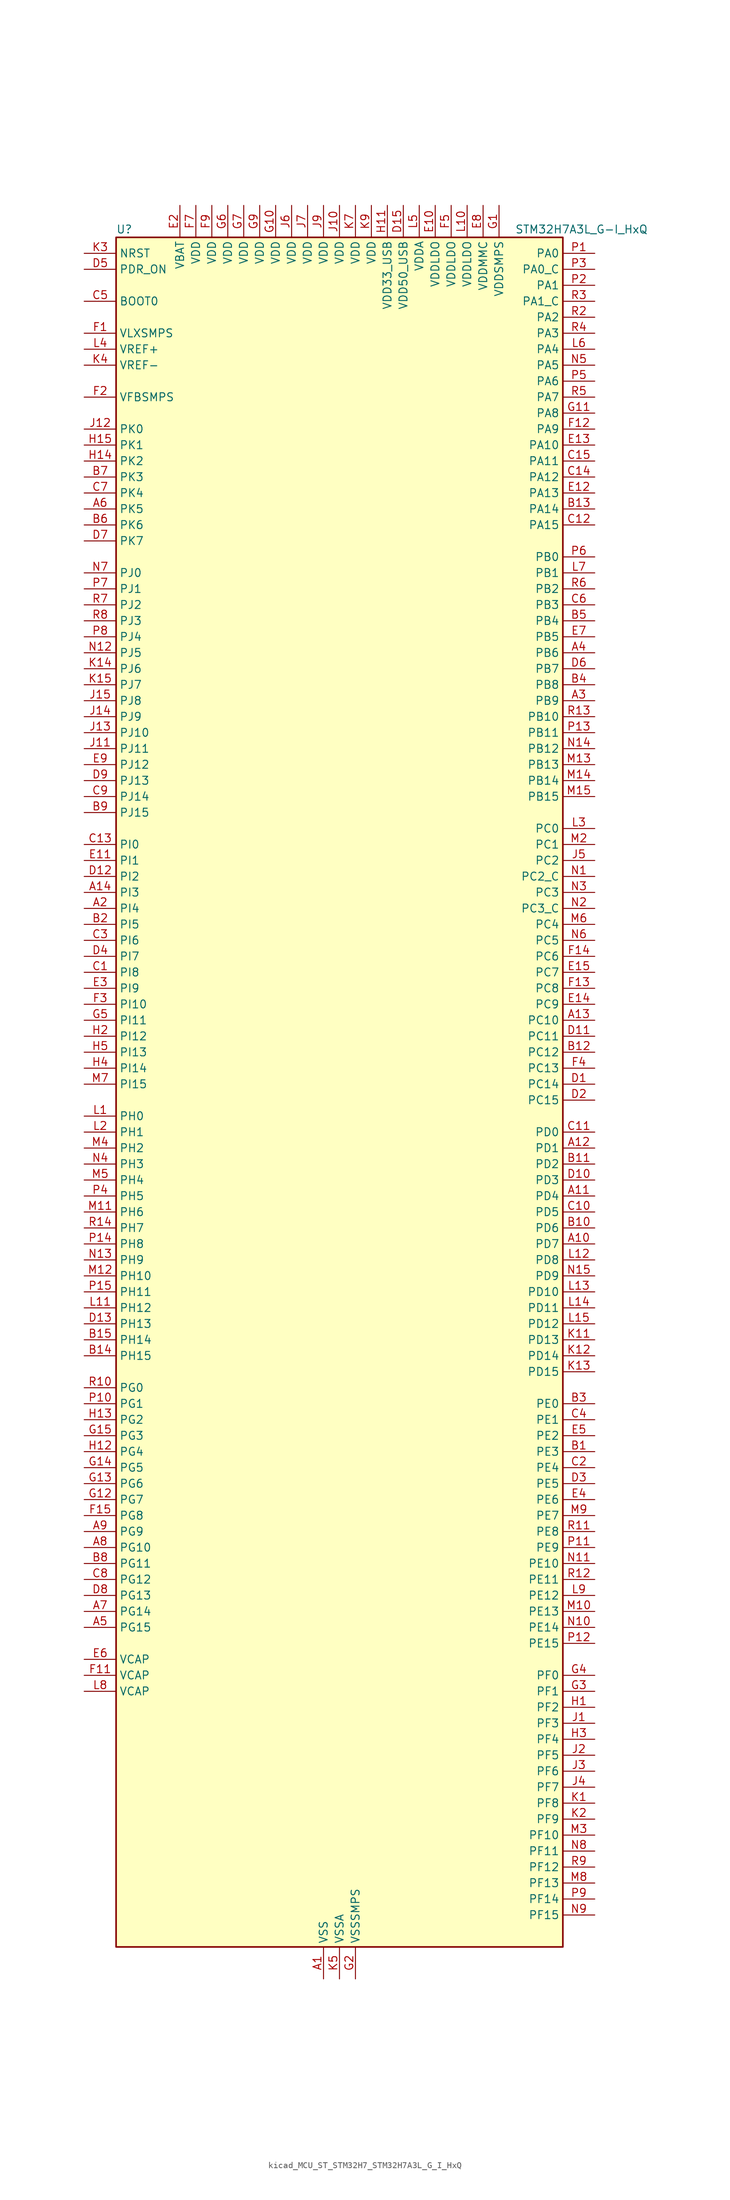
<source format=kicad_sym>
(kicad_symbol_lib
  (version 20220914)
  (generator kicad_symbol_editor)
  (symbol "kicad_MCU_ST_STM32H7_STM32H7A3L_G_I_HxQ"
    (property "Reference" "U"
      (at -35.56 138.43 0)
      (effects (font (size 1.27 1.27)) (justify left)))
    (property "Value" "STM32H7A3L_G-I_HxQ"
      (at 27.94 138.43 0)
      (effects (font (size 1.27 1.27)) (justify left)))
    (property "ki_locked" ""
      (at 0 0 0)
      (effects (font (size 1.27 1.27))))
    (symbol "kicad_MCU_ST_STM32H7_STM32H7A3L_G_I_HxQ_0_1"
      (rectangle (start -35.56 -134.62) (end 35.56 137.16) (stroke (width 0.254) (type default)) (fill (type background))))
    (symbol "kicad_MCU_ST_STM32H7_STM32H7A3L_G_I_HxQ_1_1"
      (pin power_in line (at -2.54 -139.7 90) (length 5.08) (name "VSS" (effects (font (size 1.27 1.27)))) (number "A1" (effects (font (size 1.27 1.27)))))
      (pin bidirectional line (at 40.64 -22.86 180) (length 5.08) (name "PD7" (effects (font (size 1.27 1.27)))) (number "A10" (effects (font (size 1.27 1.27)))) (alternate "DFSDM1_CKIN1" bidirectional line) (alternate "DFSDM1_DATIN4" bidirectional line) (alternate "FMC_NE1" bidirectional line) (alternate "I2S1_SDO" bidirectional line) (alternate "OCTOSPIM_P1_IO7" bidirectional line) (alternate "SDMMC2_CMD" bidirectional line) (alternate "SPDIFRX_IN0" bidirectional line) (alternate "SPI1_MOSI" bidirectional line) (alternate "USART2_CK" bidirectional line))
      (pin bidirectional line (at 40.64 -15.24 180) (length 5.08) (name "PD4" (effects (font (size 1.27 1.27)))) (number "A11" (effects (font (size 1.27 1.27)))) (alternate "FMC_NOE" bidirectional line) (alternate "OCTOSPIM_P1_IO4" bidirectional line) (alternate "USART2_DE" bidirectional line) (alternate "USART2_RTS" bidirectional line))
      (pin bidirectional line (at 40.64 -7.62 180) (length 5.08) (name "PD1" (effects (font (size 1.27 1.27)))) (number "A12" (effects (font (size 1.27 1.27)))) (alternate "DFSDM1_DATIN6" bidirectional line) (alternate "FDCAN1_TX" bidirectional line) (alternate "FMC_D3" bidirectional line) (alternate "FMC_DA3" bidirectional line) (alternate "UART4_TX" bidirectional line))
      (pin bidirectional line (at 40.64 12.7 180) (length 5.08) (name "PC10" (effects (font (size 1.27 1.27)))) (number "A13" (effects (font (size 1.27 1.27)))) (alternate "DCMI_D8" bidirectional line) (alternate "DFSDM1_CKIN5" bidirectional line) (alternate "DFSDM2_CKIN0" bidirectional line) (alternate "I2S3_CK" bidirectional line) (alternate "LTDC_B1" bidirectional line) (alternate "LTDC_R2" bidirectional line) (alternate "OCTOSPIM_P1_IO1" bidirectional line) (alternate "PSSI_D8" bidirectional line) (alternate "SDMMC1_D2" bidirectional line) (alternate "SPI3_SCK" bidirectional line) (alternate "SWPMI1_RX" bidirectional line) (alternate "UART4_TX" bidirectional line) (alternate "USART3_TX" bidirectional line))
      (pin bidirectional line (at -40.64 33.02 0) (length 5.08) (name "PI3" (effects (font (size 1.27 1.27)))) (number "A14" (effects (font (size 1.27 1.27)))) (alternate "DCMI_D10" bidirectional line) (alternate "FMC_D27" bidirectional line) (alternate "I2S2_SDO" bidirectional line) (alternate "PSSI_D10" bidirectional line) (alternate "SPI2_MOSI" bidirectional line) (alternate "TIM8_ETR" bidirectional line))
      (pin passive line (at -2.54 -139.7 90) (length 5.08) hide (name "VSS" (effects (font (size 1.27 1.27)))) (number "A15" (effects (font (size 1.27 1.27)))))
      (pin bidirectional line (at -40.64 30.48 0) (length 5.08) (name "PI4" (effects (font (size 1.27 1.27)))) (number "A2" (effects (font (size 1.27 1.27)))) (alternate "DCMI_D5" bidirectional line) (alternate "FMC_NBL2" bidirectional line) (alternate "LTDC_B4" bidirectional line) (alternate "PSSI_D5" bidirectional line) (alternate "SAI2_MCLK_A" bidirectional line) (alternate "TIM8_BKIN" bidirectional line) (alternate "TIM8_BKIN_COMP1" bidirectional line) (alternate "TIM8_BKIN_COMP2" bidirectional line))
      (pin bidirectional line (at 40.64 63.5 180) (length 5.08) (name "PB9" (effects (font (size 1.27 1.27)))) (number "A3" (effects (font (size 1.27 1.27)))) (alternate "DAC1_EXTI9" bidirectional line) (alternate "DCMI_D7" bidirectional line) (alternate "DFSDM1_DATIN7" bidirectional line) (alternate "FDCAN1_TX" bidirectional line) (alternate "I2C1_SDA" bidirectional line) (alternate "I2C4_SDA" bidirectional line) (alternate "I2C4_SMBA" bidirectional line) (alternate "I2S2_WS" bidirectional line) (alternate "LTDC_B7" bidirectional line) (alternate "PSSI_D7" bidirectional line) (alternate "SDMMC1_CDIR" bidirectional line) (alternate "SDMMC1_D5" bidirectional line) (alternate "SDMMC2_D5" bidirectional line) (alternate "SPI2_NSS" bidirectional line) (alternate "TIM17_CH1" bidirectional line) (alternate "TIM4_CH4" bidirectional line) (alternate "UART4_TX" bidirectional line))
      (pin bidirectional line (at 40.64 71.12 180) (length 5.08) (name "PB6" (effects (font (size 1.27 1.27)))) (number "A4" (effects (font (size 1.27 1.27)))) (alternate "CEC" bidirectional line) (alternate "DCMI_D5" bidirectional line) (alternate "DFSDM1_DATIN5" bidirectional line) (alternate "FDCAN2_TX" bidirectional line) (alternate "FMC_SDNE1" bidirectional line) (alternate "I2C1_SCL" bidirectional line) (alternate "I2C4_SCL" bidirectional line) (alternate "LPUART1_TX" bidirectional line) (alternate "OCTOSPIM_P1_NCS" bidirectional line) (alternate "PSSI_D5" bidirectional line) (alternate "TIM16_CH1N" bidirectional line) (alternate "TIM4_CH1" bidirectional line) (alternate "UART5_TX" bidirectional line) (alternate "USART1_TX" bidirectional line))
      (pin bidirectional line (at -40.64 -83.82 0) (length 5.08) (name "PG15" (effects (font (size 1.27 1.27)))) (number "A5" (effects (font (size 1.27 1.27)))) (alternate "ADC1_EXTI15" bidirectional line) (alternate "ADC2_EXTI15" bidirectional line) (alternate "DCMI_D13" bidirectional line) (alternate "FMC_SDNCAS" bidirectional line) (alternate "OCTOSPIM_P2_DQS" bidirectional line) (alternate "PSSI_D13" bidirectional line) (alternate "USART10_CK" bidirectional line) (alternate "USART6_CTS" bidirectional line) (alternate "USART6_NSS" bidirectional line))
      (pin bidirectional line (at -40.64 93.98 0) (length 5.08) (name "PK5" (effects (font (size 1.27 1.27)))) (number "A6" (effects (font (size 1.27 1.27)))) (alternate "LTDC_B6" bidirectional line) (alternate "OCTOSPIM_P2_NCS" bidirectional line))
      (pin bidirectional line (at -40.64 -81.28 0) (length 5.08) (name "PG14" (effects (font (size 1.27 1.27)))) (number "A7" (effects (font (size 1.27 1.27)))) (alternate "DEBUG_TRACED1" bidirectional line) (alternate "FMC_A25" bidirectional line) (alternate "I2S6_SDO" bidirectional line) (alternate "LPTIM1_ETR" bidirectional line) (alternate "LTDC_B0" bidirectional line) (alternate "OCTOSPIM_P1_IO7" bidirectional line) (alternate "SDMMC2_D7" bidirectional line) (alternate "SPI6_MOSI" bidirectional line) (alternate "USART10_DE" bidirectional line) (alternate "USART10_RTS" bidirectional line) (alternate "USART6_TX" bidirectional line))
      (pin bidirectional line (at -40.64 -71.12 0) (length 5.08) (name "PG10" (effects (font (size 1.27 1.27)))) (number "A8" (effects (font (size 1.27 1.27)))) (alternate "DCMI_D2" bidirectional line) (alternate "FMC_NE3" bidirectional line) (alternate "I2S1_WS" bidirectional line) (alternate "LTDC_B2" bidirectional line) (alternate "LTDC_G3" bidirectional line) (alternate "OCTOSPIM_P2_IO6" bidirectional line) (alternate "PSSI_D2" bidirectional line) (alternate "SAI2_SD_B" bidirectional line) (alternate "SDMMC2_D1" bidirectional line) (alternate "SPI1_NSS" bidirectional line))
      (pin bidirectional line (at -40.64 -68.58 0) (length 5.08) (name "PG9" (effects (font (size 1.27 1.27)))) (number "A9" (effects (font (size 1.27 1.27)))) (alternate "DAC1_EXTI9" bidirectional line) (alternate "DCMI_VSYNC" bidirectional line) (alternate "FMC_NCE" bidirectional line) (alternate "FMC_NE2" bidirectional line) (alternate "I2S1_SDI" bidirectional line) (alternate "OCTOSPIM_P1_IO6" bidirectional line) (alternate "PSSI_RDY" bidirectional line) (alternate "SAI2_FS_B" bidirectional line) (alternate "SDMMC2_D0" bidirectional line) (alternate "SPDIFRX_IN3" bidirectional line) (alternate "SPI1_MISO" bidirectional line) (alternate "USART6_RX" bidirectional line))
      (pin bidirectional line (at 40.64 -55.88 180) (length 5.08) (name "PE3" (effects (font (size 1.27 1.27)))) (number "B1" (effects (font (size 1.27 1.27)))) (alternate "DEBUG_TRACED0" bidirectional line) (alternate "FMC_A19" bidirectional line) (alternate "SAI1_SD_B" bidirectional line) (alternate "TIM15_BKIN" bidirectional line) (alternate "USART10_TX" bidirectional line))
      (pin bidirectional line (at 40.64 -20.32 180) (length 5.08) (name "PD6" (effects (font (size 1.27 1.27)))) (number "B10" (effects (font (size 1.27 1.27)))) (alternate "DCMI_D10" bidirectional line) (alternate "DFSDM1_CKIN4" bidirectional line) (alternate "DFSDM1_DATIN1" bidirectional line) (alternate "FMC_NWAIT" bidirectional line) (alternate "I2S3_SDO" bidirectional line) (alternate "LTDC_B2" bidirectional line) (alternate "OCTOSPIM_P1_IO6" bidirectional line) (alternate "PSSI_D10" bidirectional line) (alternate "SAI1_D1" bidirectional line) (alternate "SAI1_SD_A" bidirectional line) (alternate "SDMMC2_CK" bidirectional line) (alternate "SPI3_MOSI" bidirectional line) (alternate "USART2_RX" bidirectional line))
      (pin bidirectional line (at 40.64 -10.16 180) (length 5.08) (name "PD2" (effects (font (size 1.27 1.27)))) (number "B11" (effects (font (size 1.27 1.27)))) (alternate "DCMI_D11" bidirectional line) (alternate "DEBUG_TRACED2" bidirectional line) (alternate "LTDC_B2" bidirectional line) (alternate "LTDC_B7" bidirectional line) (alternate "PSSI_D11" bidirectional line) (alternate "SDMMC1_CMD" bidirectional line) (alternate "TIM15_BKIN" bidirectional line) (alternate "TIM3_ETR" bidirectional line) (alternate "UART5_RX" bidirectional line))
      (pin bidirectional line (at 40.64 7.62 180) (length 5.08) (name "PC12" (effects (font (size 1.27 1.27)))) (number "B12" (effects (font (size 1.27 1.27)))) (alternate "DCMI_D9" bidirectional line) (alternate "DEBUG_TRACED3" bidirectional line) (alternate "DFSDM2_CKOUT" bidirectional line) (alternate "I2S3_SDO" bidirectional line) (alternate "I2S6_CK" bidirectional line) (alternate "LTDC_R6" bidirectional line) (alternate "PSSI_D9" bidirectional line) (alternate "SDMMC1_CK" bidirectional line) (alternate "SPI3_MOSI" bidirectional line) (alternate "SPI6_SCK" bidirectional line) (alternate "TIM15_CH1" bidirectional line) (alternate "UART5_TX" bidirectional line) (alternate "USART3_CK" bidirectional line))
      (pin bidirectional line (at 40.64 93.98 180) (length 5.08) (name "PA14" (effects (font (size 1.27 1.27)))) (number "B13" (effects (font (size 1.27 1.27)))) (alternate "DEBUG_JTCK-SWCLK" bidirectional line))
      (pin bidirectional line (at -40.64 -40.64 0) (length 5.08) (name "PH15" (effects (font (size 1.27 1.27)))) (number "B14" (effects (font (size 1.27 1.27)))) (alternate "ADC1_EXTI15" bidirectional line) (alternate "ADC2_EXTI15" bidirectional line) (alternate "DCMI_D11" bidirectional line) (alternate "FMC_D23" bidirectional line) (alternate "LTDC_G4" bidirectional line) (alternate "PSSI_D11" bidirectional line) (alternate "TIM8_CH3N" bidirectional line))
      (pin bidirectional line (at -40.64 -38.1 0) (length 5.08) (name "PH14" (effects (font (size 1.27 1.27)))) (number "B15" (effects (font (size 1.27 1.27)))) (alternate "DCMI_D4" bidirectional line) (alternate "FDCAN1_RX" bidirectional line) (alternate "FMC_D22" bidirectional line) (alternate "LTDC_G3" bidirectional line) (alternate "PSSI_D4" bidirectional line) (alternate "TIM8_CH2N" bidirectional line) (alternate "UART4_RX" bidirectional line))
      (pin bidirectional line (at -40.64 27.94 0) (length 5.08) (name "PI5" (effects (font (size 1.27 1.27)))) (number "B2" (effects (font (size 1.27 1.27)))) (alternate "DCMI_VSYNC" bidirectional line) (alternate "FMC_NBL3" bidirectional line) (alternate "LTDC_B5" bidirectional line) (alternate "PSSI_RDY" bidirectional line) (alternate "SAI2_SCK_A" bidirectional line) (alternate "TIM8_CH1" bidirectional line))
      (pin bidirectional line (at 40.64 -48.26 180) (length 5.08) (name "PE0" (effects (font (size 1.27 1.27)))) (number "B3" (effects (font (size 1.27 1.27)))) (alternate "DCMI_D2" bidirectional line) (alternate "FMC_NBL0" bidirectional line) (alternate "LPTIM1_ETR" bidirectional line) (alternate "LPTIM2_ETR" bidirectional line) (alternate "LTDC_R0" bidirectional line) (alternate "PSSI_D2" bidirectional line) (alternate "SAI2_MCLK_A" bidirectional line) (alternate "TIM4_ETR" bidirectional line) (alternate "UART8_RX" bidirectional line))
      (pin bidirectional line (at 40.64 66.04 180) (length 5.08) (name "PB8" (effects (font (size 1.27 1.27)))) (number "B4" (effects (font (size 1.27 1.27)))) (alternate "DCMI_D6" bidirectional line) (alternate "DFSDM1_CKIN7" bidirectional line) (alternate "FDCAN1_RX" bidirectional line) (alternate "I2C1_SCL" bidirectional line) (alternate "I2C4_SCL" bidirectional line) (alternate "LTDC_B6" bidirectional line) (alternate "PSSI_D6" bidirectional line) (alternate "SDMMC1_CKIN" bidirectional line) (alternate "SDMMC1_D4" bidirectional line) (alternate "SDMMC2_D4" bidirectional line) (alternate "TIM16_CH1" bidirectional line) (alternate "TIM4_CH3" bidirectional line) (alternate "UART4_RX" bidirectional line))
      (pin bidirectional line (at 40.64 76.2 180) (length 5.08) (name "PB4" (effects (font (size 1.27 1.27)))) (number "B5" (effects (font (size 1.27 1.27)))) (alternate "DEBUG_JTRST" bidirectional line) (alternate "I2S1_SDI" bidirectional line) (alternate "I2S2_WS" bidirectional line) (alternate "I2S3_SDI" bidirectional line) (alternate "I2S6_SDI" bidirectional line) (alternate "SDMMC2_D3" bidirectional line) (alternate "SPI1_MISO" bidirectional line) (alternate "SPI2_NSS" bidirectional line) (alternate "SPI3_MISO" bidirectional line) (alternate "SPI6_MISO" bidirectional line) (alternate "TIM16_BKIN" bidirectional line) (alternate "TIM3_CH1" bidirectional line) (alternate "UART7_TX" bidirectional line))
      (pin bidirectional line (at -40.64 91.44 0) (length 5.08) (name "PK6" (effects (font (size 1.27 1.27)))) (number "B6" (effects (font (size 1.27 1.27)))) (alternate "LTDC_B7" bidirectional line) (alternate "OCTOSPIM_P2_DQS" bidirectional line))
      (pin bidirectional line (at -40.64 99.06 0) (length 5.08) (name "PK3" (effects (font (size 1.27 1.27)))) (number "B7" (effects (font (size 1.27 1.27)))) (alternate "LTDC_B4" bidirectional line) (alternate "OCTOSPIM_P2_IO6" bidirectional line))
      (pin bidirectional line (at -40.64 -73.66 0) (length 5.08) (name "PG11" (effects (font (size 1.27 1.27)))) (number "B8" (effects (font (size 1.27 1.27)))) (alternate "ADC1_EXTI11" bidirectional line) (alternate "ADC2_EXTI11" bidirectional line) (alternate "DCMI_D3" bidirectional line) (alternate "I2S1_CK" bidirectional line) (alternate "LPTIM1_IN2" bidirectional line) (alternate "LTDC_B3" bidirectional line) (alternate "OCTOSPIM_P2_IO7" bidirectional line) (alternate "PSSI_D3" bidirectional line) (alternate "SDMMC2_D2" bidirectional line) (alternate "SPDIFRX_IN0" bidirectional line) (alternate "SPI1_SCK" bidirectional line) (alternate "USART10_RX" bidirectional line))
      (pin bidirectional line (at -40.64 45.72 0) (length 5.08) (name "PJ15" (effects (font (size 1.27 1.27)))) (number "B9" (effects (font (size 1.27 1.27)))) (alternate "ADC1_EXTI15" bidirectional line) (alternate "ADC2_EXTI15" bidirectional line) (alternate "LTDC_B3" bidirectional line))
      (pin bidirectional line (at -40.64 20.32 0) (length 5.08) (name "PI8" (effects (font (size 1.27 1.27)))) (number "C1" (effects (font (size 1.27 1.27)))) (alternate "PWR_WKUP3" bidirectional line) (alternate "RTC_OUT_ALARM" bidirectional line) (alternate "RTC_TAMP2" bidirectional line))
      (pin bidirectional line (at 40.64 -17.78 180) (length 5.08) (name "PD5" (effects (font (size 1.27 1.27)))) (number "C10" (effects (font (size 1.27 1.27)))) (alternate "FMC_NWE" bidirectional line) (alternate "OCTOSPIM_P1_IO5" bidirectional line) (alternate "USART2_TX" bidirectional line))
      (pin bidirectional line (at 40.64 -5.08 180) (length 5.08) (name "PD0" (effects (font (size 1.27 1.27)))) (number "C11" (effects (font (size 1.27 1.27)))) (alternate "DFSDM1_CKIN6" bidirectional line) (alternate "FDCAN1_RX" bidirectional line) (alternate "FMC_D2" bidirectional line) (alternate "FMC_DA2" bidirectional line) (alternate "LTDC_B1" bidirectional line) (alternate "UART4_RX" bidirectional line) (alternate "UART9_CTS" bidirectional line))
      (pin bidirectional line (at 40.64 91.44 180) (length 5.08) (name "PA15" (effects (font (size 1.27 1.27)))) (number "C12" (effects (font (size 1.27 1.27)))) (alternate "ADC1_EXTI15" bidirectional line) (alternate "ADC2_EXTI15" bidirectional line) (alternate "CEC" bidirectional line) (alternate "DEBUG_JTDI" bidirectional line) (alternate "I2S1_WS" bidirectional line) (alternate "I2S3_WS" bidirectional line) (alternate "I2S6_WS" bidirectional line) (alternate "LTDC_B6" bidirectional line) (alternate "LTDC_R3" bidirectional line) (alternate "SPI1_NSS" bidirectional line) (alternate "SPI3_NSS" bidirectional line) (alternate "SPI6_NSS" bidirectional line) (alternate "TIM2_CH1" bidirectional line) (alternate "TIM2_ETR" bidirectional line) (alternate "UART4_DE" bidirectional line) (alternate "UART4_RTS" bidirectional line) (alternate "UART7_TX" bidirectional line))
      (pin bidirectional line (at -40.64 40.64 0) (length 5.08) (name "PI0" (effects (font (size 1.27 1.27)))) (number "C13" (effects (font (size 1.27 1.27)))) (alternate "DCMI_D13" bidirectional line) (alternate "FMC_D24" bidirectional line) (alternate "I2S2_WS" bidirectional line) (alternate "LTDC_G5" bidirectional line) (alternate "PSSI_D13" bidirectional line) (alternate "SPI2_NSS" bidirectional line) (alternate "TIM5_CH4" bidirectional line))
      (pin bidirectional line (at 40.64 99.06 180) (length 5.08) (name "PA12" (effects (font (size 1.27 1.27)))) (number "C14" (effects (font (size 1.27 1.27)))) (alternate "FDCAN1_TX" bidirectional line) (alternate "I2S2_CK" bidirectional line) (alternate "LPUART1_DE" bidirectional line) (alternate "LPUART1_RTS" bidirectional line) (alternate "LTDC_R5" bidirectional line) (alternate "SAI2_FS_B" bidirectional line) (alternate "SPI2_SCK" bidirectional line) (alternate "TIM1_ETR" bidirectional line) (alternate "UART4_TX" bidirectional line) (alternate "USART1_DE" bidirectional line) (alternate "USART1_RTS" bidirectional line) (alternate "USB_OTG_HS_DP" bidirectional line))
      (pin bidirectional line (at 40.64 101.6 180) (length 5.08) (name "PA11" (effects (font (size 1.27 1.27)))) (number "C15" (effects (font (size 1.27 1.27)))) (alternate "ADC1_EXTI11" bidirectional line) (alternate "ADC2_EXTI11" bidirectional line) (alternate "FDCAN1_RX" bidirectional line) (alternate "I2S2_WS" bidirectional line) (alternate "LPUART1_CTS" bidirectional line) (alternate "LTDC_R4" bidirectional line) (alternate "SPI2_NSS" bidirectional line) (alternate "TIM1_CH4" bidirectional line) (alternate "UART4_RX" bidirectional line) (alternate "USART1_CTS" bidirectional line) (alternate "USART1_NSS" bidirectional line) (alternate "USB_OTG_HS_DM" bidirectional line))
      (pin bidirectional line (at 40.64 -58.42 180) (length 5.08) (name "PE4" (effects (font (size 1.27 1.27)))) (number "C2" (effects (font (size 1.27 1.27)))) (alternate "DCMI_D4" bidirectional line) (alternate "DEBUG_TRACED1" bidirectional line) (alternate "DFSDM1_DATIN3" bidirectional line) (alternate "FMC_A20" bidirectional line) (alternate "LTDC_B0" bidirectional line) (alternate "PSSI_D4" bidirectional line) (alternate "SAI1_D2" bidirectional line) (alternate "SAI1_FS_A" bidirectional line) (alternate "SPI4_NSS" bidirectional line) (alternate "TIM15_CH1N" bidirectional line))
      (pin bidirectional line (at -40.64 25.4 0) (length 5.08) (name "PI6" (effects (font (size 1.27 1.27)))) (number "C3" (effects (font (size 1.27 1.27)))) (alternate "DCMI_D6" bidirectional line) (alternate "FMC_D28" bidirectional line) (alternate "LTDC_B6" bidirectional line) (alternate "PSSI_D6" bidirectional line) (alternate "SAI2_SD_A" bidirectional line) (alternate "TIM8_CH2" bidirectional line))
      (pin bidirectional line (at 40.64 -50.8 180) (length 5.08) (name "PE1" (effects (font (size 1.27 1.27)))) (number "C4" (effects (font (size 1.27 1.27)))) (alternate "DCMI_D3" bidirectional line) (alternate "FMC_NBL1" bidirectional line) (alternate "LPTIM1_IN2" bidirectional line) (alternate "LTDC_R6" bidirectional line) (alternate "PSSI_D3" bidirectional line) (alternate "UART8_TX" bidirectional line))
      (pin input line (at -40.64 127 0) (length 5.08) (name "BOOT0" (effects (font (size 1.27 1.27)))) (number "C5" (effects (font (size 1.27 1.27)))))
      (pin bidirectional line (at 40.64 78.74 180) (length 5.08) (name "PB3" (effects (font (size 1.27 1.27)))) (number "C6" (effects (font (size 1.27 1.27)))) (alternate "CRS_SYNC" bidirectional line) (alternate "DEBUG_JTDO-SWO" bidirectional line) (alternate "I2S1_CK" bidirectional line) (alternate "I2S3_CK" bidirectional line) (alternate "I2S6_CK" bidirectional line) (alternate "SDMMC2_D2" bidirectional line) (alternate "SPI1_SCK" bidirectional line) (alternate "SPI3_SCK" bidirectional line) (alternate "SPI6_SCK" bidirectional line) (alternate "TIM2_CH2" bidirectional line) (alternate "UART7_RX" bidirectional line))
      (pin bidirectional line (at -40.64 96.52 0) (length 5.08) (name "PK4" (effects (font (size 1.27 1.27)))) (number "C7" (effects (font (size 1.27 1.27)))) (alternate "LTDC_B5" bidirectional line) (alternate "OCTOSPIM_P2_IO7" bidirectional line))
      (pin bidirectional line (at -40.64 -76.2 0) (length 5.08) (name "PG12" (effects (font (size 1.27 1.27)))) (number "C8" (effects (font (size 1.27 1.27)))) (alternate "FMC_NE4" bidirectional line) (alternate "I2S6_SDI" bidirectional line) (alternate "LPTIM1_IN1" bidirectional line) (alternate "LTDC_B1" bidirectional line) (alternate "LTDC_B4" bidirectional line) (alternate "OCTOSPIM_P2_NCS" bidirectional line) (alternate "SDMMC2_D3" bidirectional line) (alternate "SPDIFRX_IN1" bidirectional line) (alternate "SPI6_MISO" bidirectional line) (alternate "USART10_TX" bidirectional line) (alternate "USART6_DE" bidirectional line) (alternate "USART6_RTS" bidirectional line))
      (pin bidirectional line (at -40.64 48.26 0) (length 5.08) (name "PJ14" (effects (font (size 1.27 1.27)))) (number "C9" (effects (font (size 1.27 1.27)))) (alternate "LTDC_B2" bidirectional line))
      (pin bidirectional line (at 40.64 2.54 180) (length 5.08) (name "PC14" (effects (font (size 1.27 1.27)))) (number "D1" (effects (font (size 1.27 1.27)))) (alternate "RCC_OSC32_IN" bidirectional line))
      (pin bidirectional line (at 40.64 -12.7 180) (length 5.08) (name "PD3" (effects (font (size 1.27 1.27)))) (number "D10" (effects (font (size 1.27 1.27)))) (alternate "DCMI_D5" bidirectional line) (alternate "DFSDM1_CKOUT" bidirectional line) (alternate "FMC_CLK" bidirectional line) (alternate "I2S2_CK" bidirectional line) (alternate "LTDC_G7" bidirectional line) (alternate "PSSI_D5" bidirectional line) (alternate "SPI2_SCK" bidirectional line) (alternate "USART2_CTS" bidirectional line) (alternate "USART2_NSS" bidirectional line))
      (pin bidirectional line (at 40.64 10.16 180) (length 5.08) (name "PC11" (effects (font (size 1.27 1.27)))) (number "D11" (effects (font (size 1.27 1.27)))) (alternate "ADC1_EXTI11" bidirectional line) (alternate "ADC2_EXTI11" bidirectional line) (alternate "DCMI_D4" bidirectional line) (alternate "DFSDM1_DATIN5" bidirectional line) (alternate "DFSDM2_DATIN0" bidirectional line) (alternate "I2S3_SDI" bidirectional line) (alternate "LTDC_B4" bidirectional line) (alternate "OCTOSPIM_P1_NCS" bidirectional line) (alternate "PSSI_D4" bidirectional line) (alternate "SDMMC1_D3" bidirectional line) (alternate "SPI3_MISO" bidirectional line) (alternate "UART4_RX" bidirectional line) (alternate "USART3_RX" bidirectional line))
      (pin bidirectional line (at -40.64 35.56 0) (length 5.08) (name "PI2" (effects (font (size 1.27 1.27)))) (number "D12" (effects (font (size 1.27 1.27)))) (alternate "DCMI_D9" bidirectional line) (alternate "FMC_D26" bidirectional line) (alternate "I2S2_SDI" bidirectional line) (alternate "LTDC_G7" bidirectional line) (alternate "PSSI_D9" bidirectional line) (alternate "SPI2_MISO" bidirectional line) (alternate "TIM8_CH4" bidirectional line))
      (pin bidirectional line (at -40.64 -35.56 0) (length 5.08) (name "PH13" (effects (font (size 1.27 1.27)))) (number "D13" (effects (font (size 1.27 1.27)))) (alternate "FDCAN1_TX" bidirectional line) (alternate "FMC_D21" bidirectional line) (alternate "LTDC_G2" bidirectional line) (alternate "TIM8_CH1N" bidirectional line) (alternate "UART4_TX" bidirectional line))
      (pin passive line (at -2.54 -139.7 90) (length 5.08) hide (name "VSS" (effects (font (size 1.27 1.27)))) (number "D14" (effects (font (size 1.27 1.27)))))
      (pin power_in line (at 10.16 142.24 270) (length 5.08) (name "VDD50_USB" (effects (font (size 1.27 1.27)))) (number "D15" (effects (font (size 1.27 1.27)))))
      (pin bidirectional line (at 40.64 0 180) (length 5.08) (name "PC15" (effects (font (size 1.27 1.27)))) (number "D2" (effects (font (size 1.27 1.27)))) (alternate "ADC1_EXTI15" bidirectional line) (alternate "ADC2_EXTI15" bidirectional line) (alternate "RCC_OSC32_OUT" bidirectional line))
      (pin bidirectional line (at 40.64 -60.96 180) (length 5.08) (name "PE5" (effects (font (size 1.27 1.27)))) (number "D3" (effects (font (size 1.27 1.27)))) (alternate "DCMI_D6" bidirectional line) (alternate "DEBUG_TRACED2" bidirectional line) (alternate "DFSDM1_CKIN3" bidirectional line) (alternate "FMC_A21" bidirectional line) (alternate "LTDC_G0" bidirectional line) (alternate "PSSI_D6" bidirectional line) (alternate "SAI1_CK2" bidirectional line) (alternate "SAI1_SCK_A" bidirectional line) (alternate "SPI4_MISO" bidirectional line) (alternate "TIM15_CH1" bidirectional line))
      (pin bidirectional line (at -40.64 22.86 0) (length 5.08) (name "PI7" (effects (font (size 1.27 1.27)))) (number "D4" (effects (font (size 1.27 1.27)))) (alternate "DCMI_D7" bidirectional line) (alternate "FMC_D29" bidirectional line) (alternate "LTDC_B7" bidirectional line) (alternate "PSSI_D7" bidirectional line) (alternate "SAI2_FS_A" bidirectional line) (alternate "TIM8_CH3" bidirectional line))
      (pin input line (at -40.64 132.08 0) (length 5.08) (name "PDR_ON" (effects (font (size 1.27 1.27)))) (number "D5" (effects (font (size 1.27 1.27)))))
      (pin bidirectional line (at 40.64 68.58 180) (length 5.08) (name "PB7" (effects (font (size 1.27 1.27)))) (number "D6" (effects (font (size 1.27 1.27)))) (alternate "DCMI_VSYNC" bidirectional line) (alternate "DFSDM1_CKIN5" bidirectional line) (alternate "FMC_NL" bidirectional line) (alternate "I2C1_SDA" bidirectional line) (alternate "I2C4_SDA" bidirectional line) (alternate "LPUART1_RX" bidirectional line) (alternate "PSSI_RDY" bidirectional line) (alternate "PWR_PVD_IN" bidirectional line) (alternate "TIM17_CH1N" bidirectional line) (alternate "TIM4_CH2" bidirectional line) (alternate "USART1_RX" bidirectional line))
      (pin bidirectional line (at -40.64 88.9 0) (length 5.08) (name "PK7" (effects (font (size 1.27 1.27)))) (number "D7" (effects (font (size 1.27 1.27)))) (alternate "LTDC_DE" bidirectional line))
      (pin bidirectional line (at -40.64 -78.74 0) (length 5.08) (name "PG13" (effects (font (size 1.27 1.27)))) (number "D8" (effects (font (size 1.27 1.27)))) (alternate "DEBUG_TRACED0" bidirectional line) (alternate "FMC_A24" bidirectional line) (alternate "I2S6_CK" bidirectional line) (alternate "LPTIM1_OUT" bidirectional line) (alternate "LTDC_R0" bidirectional line) (alternate "SDMMC2_D6" bidirectional line) (alternate "SPI6_SCK" bidirectional line) (alternate "USART10_CTS" bidirectional line) (alternate "USART10_NSS" bidirectional line) (alternate "USART6_CTS" bidirectional line) (alternate "USART6_NSS" bidirectional line))
      (pin bidirectional line (at -40.64 50.8 0) (length 5.08) (name "PJ13" (effects (font (size 1.27 1.27)))) (number "D9" (effects (font (size 1.27 1.27)))) (alternate "LTDC_B1" bidirectional line) (alternate "LTDC_B4" bidirectional line))
      (pin passive line (at -2.54 -139.7 90) (length 5.08) hide (name "VSS" (effects (font (size 1.27 1.27)))) (number "E1" (effects (font (size 1.27 1.27)))))
      (pin power_in line (at 15.24 142.24 270) (length 5.08) (name "VDDLDO" (effects (font (size 1.27 1.27)))) (number "E10" (effects (font (size 1.27 1.27)))))
      (pin bidirectional line (at -40.64 38.1 0) (length 5.08) (name "PI1" (effects (font (size 1.27 1.27)))) (number "E11" (effects (font (size 1.27 1.27)))) (alternate "DCMI_D8" bidirectional line) (alternate "FMC_D25" bidirectional line) (alternate "I2S2_CK" bidirectional line) (alternate "LTDC_G6" bidirectional line) (alternate "PSSI_D8" bidirectional line) (alternate "SPI2_SCK" bidirectional line) (alternate "TIM8_BKIN2" bidirectional line) (alternate "TIM8_BKIN2_COMP1" bidirectional line) (alternate "TIM8_BKIN2_COMP2" bidirectional line))
      (pin bidirectional line (at 40.64 96.52 180) (length 5.08) (name "PA13" (effects (font (size 1.27 1.27)))) (number "E12" (effects (font (size 1.27 1.27)))) (alternate "DEBUG_JTMS-SWDIO" bidirectional line))
      (pin bidirectional line (at 40.64 104.14 180) (length 5.08) (name "PA10" (effects (font (size 1.27 1.27)))) (number "E13" (effects (font (size 1.27 1.27)))) (alternate "DCMI_D1" bidirectional line) (alternate "LPUART1_RX" bidirectional line) (alternate "LTDC_B1" bidirectional line) (alternate "LTDC_B4" bidirectional line) (alternate "MDIOS_MDIO" bidirectional line) (alternate "PSSI_D1" bidirectional line) (alternate "TIM1_CH3" bidirectional line) (alternate "USART1_RX" bidirectional line) (alternate "USB_OTG_HS_ID" bidirectional line))
      (pin bidirectional line (at 40.64 15.24 180) (length 5.08) (name "PC9" (effects (font (size 1.27 1.27)))) (number "E14" (effects (font (size 1.27 1.27)))) (alternate "DAC1_EXTI9" bidirectional line) (alternate "DCMI_D3" bidirectional line) (alternate "I2C3_SDA" bidirectional line) (alternate "I2S_CKIN" bidirectional line) (alternate "LTDC_B2" bidirectional line) (alternate "LTDC_G3" bidirectional line) (alternate "OCTOSPIM_P1_IO0" bidirectional line) (alternate "PSSI_D3" bidirectional line) (alternate "RCC_MCO_2" bidirectional line) (alternate "SDMMC1_D1" bidirectional line) (alternate "SWPMI1_SUSPEND" bidirectional line) (alternate "TIM3_CH4" bidirectional line) (alternate "TIM8_CH4" bidirectional line) (alternate "UART5_CTS" bidirectional line))
      (pin bidirectional line (at 40.64 20.32 180) (length 5.08) (name "PC7" (effects (font (size 1.27 1.27)))) (number "E15" (effects (font (size 1.27 1.27)))) (alternate "DCMI_D1" bidirectional line) (alternate "DEBUG_TRGIO" bidirectional line) (alternate "DFSDM1_DATIN3" bidirectional line) (alternate "FMC_NE1" bidirectional line) (alternate "I2S3_MCK" bidirectional line) (alternate "LTDC_G6" bidirectional line) (alternate "PSSI_D1" bidirectional line) (alternate "SDMMC1_D123DIR" bidirectional line) (alternate "SDMMC1_D7" bidirectional line) (alternate "SDMMC2_D7" bidirectional line) (alternate "SWPMI1_TX" bidirectional line) (alternate "TIM3_CH2" bidirectional line) (alternate "TIM8_CH2" bidirectional line) (alternate "USART6_RX" bidirectional line))
      (pin power_in line (at -25.4 142.24 270) (length 5.08) (name "VBAT" (effects (font (size 1.27 1.27)))) (number "E2" (effects (font (size 1.27 1.27)))))
      (pin bidirectional line (at -40.64 17.78 0) (length 5.08) (name "PI9" (effects (font (size 1.27 1.27)))) (number "E3" (effects (font (size 1.27 1.27)))) (alternate "DAC1_EXTI9" bidirectional line) (alternate "FDCAN1_RX" bidirectional line) (alternate "FMC_D30" bidirectional line) (alternate "LTDC_VSYNC" bidirectional line) (alternate "OCTOSPIM_P2_IO0" bidirectional line) (alternate "UART4_RX" bidirectional line))
      (pin bidirectional line (at 40.64 -63.5 180) (length 5.08) (name "PE6" (effects (font (size 1.27 1.27)))) (number "E4" (effects (font (size 1.27 1.27)))) (alternate "DCMI_D7" bidirectional line) (alternate "DEBUG_TRACED3" bidirectional line) (alternate "FMC_A22" bidirectional line) (alternate "LTDC_G1" bidirectional line) (alternate "PSSI_D7" bidirectional line) (alternate "SAI1_D1" bidirectional line) (alternate "SAI1_SD_A" bidirectional line) (alternate "SAI2_MCLK_B" bidirectional line) (alternate "SPI4_MOSI" bidirectional line) (alternate "TIM15_CH2" bidirectional line) (alternate "TIM1_BKIN2" bidirectional line) (alternate "TIM1_BKIN2_COMP1" bidirectional line) (alternate "TIM1_BKIN2_COMP2" bidirectional line))
      (pin bidirectional line (at 40.64 -53.34 180) (length 5.08) (name "PE2" (effects (font (size 1.27 1.27)))) (number "E5" (effects (font (size 1.27 1.27)))) (alternate "DEBUG_TRACECLK" bidirectional line) (alternate "FMC_A23" bidirectional line) (alternate "OCTOSPIM_P1_IO2" bidirectional line) (alternate "SAI1_CK1" bidirectional line) (alternate "SAI1_MCLK_A" bidirectional line) (alternate "SPI4_SCK" bidirectional line) (alternate "USART10_RX" bidirectional line))
      (pin power_out line (at -40.64 -88.9 0) (length 5.08) (name "VCAP" (effects (font (size 1.27 1.27)))) (number "E6" (effects (font (size 1.27 1.27)))))
      (pin bidirectional line (at 40.64 73.66 180) (length 5.08) (name "PB5" (effects (font (size 1.27 1.27)))) (number "E7" (effects (font (size 1.27 1.27)))) (alternate "DCMI_D10" bidirectional line) (alternate "FDCAN2_RX" bidirectional line) (alternate "FMC_SDCKE1" bidirectional line) (alternate "I2C1_SMBA" bidirectional line) (alternate "I2C4_SMBA" bidirectional line) (alternate "I2S1_SDO" bidirectional line) (alternate "I2S3_SDO" bidirectional line) (alternate "I2S6_SDO" bidirectional line) (alternate "LTDC_B5" bidirectional line) (alternate "PSSI_D10" bidirectional line) (alternate "SPI1_MOSI" bidirectional line) (alternate "SPI3_MOSI" bidirectional line) (alternate "SPI6_MOSI" bidirectional line) (alternate "TIM17_BKIN" bidirectional line) (alternate "TIM3_CH2" bidirectional line) (alternate "UART5_RX" bidirectional line) (alternate "USB_OTG_HS_ULPI_D7" bidirectional line))
      (pin power_in line (at 22.86 142.24 270) (length 5.08) (name "VDDMMC" (effects (font (size 1.27 1.27)))) (number "E8" (effects (font (size 1.27 1.27)))))
      (pin bidirectional line (at -40.64 53.34 0) (length 5.08) (name "PJ12" (effects (font (size 1.27 1.27)))) (number "E9" (effects (font (size 1.27 1.27)))) (alternate "DEBUG_TRGOUT" bidirectional line) (alternate "LTDC_B0" bidirectional line) (alternate "LTDC_G3" bidirectional line))
      (pin power_in line (at -40.64 121.92 0) (length 5.08) (name "VLXSMPS" (effects (font (size 1.27 1.27)))) (number "F1" (effects (font (size 1.27 1.27)))))
      (pin passive line (at -2.54 -139.7 90) (length 5.08) hide (name "VSS" (effects (font (size 1.27 1.27)))) (number "F10" (effects (font (size 1.27 1.27)))))
      (pin power_out line (at -40.64 -91.44 0) (length 5.08) (name "VCAP" (effects (font (size 1.27 1.27)))) (number "F11" (effects (font (size 1.27 1.27)))))
      (pin bidirectional line (at 40.64 106.68 180) (length 5.08) (name "PA9" (effects (font (size 1.27 1.27)))) (number "F12" (effects (font (size 1.27 1.27)))) (alternate "DAC1_EXTI9" bidirectional line) (alternate "DCMI_D0" bidirectional line) (alternate "I2C3_SMBA" bidirectional line) (alternate "I2S2_CK" bidirectional line) (alternate "LPUART1_TX" bidirectional line) (alternate "LTDC_R5" bidirectional line) (alternate "PSSI_D0" bidirectional line) (alternate "SPI2_SCK" bidirectional line) (alternate "TIM1_CH2" bidirectional line) (alternate "USART1_TX" bidirectional line) (alternate "USB_OTG_HS_VBUS" bidirectional line))
      (pin bidirectional line (at 40.64 17.78 180) (length 5.08) (name "PC8" (effects (font (size 1.27 1.27)))) (number "F13" (effects (font (size 1.27 1.27)))) (alternate "DCMI_D2" bidirectional line) (alternate "DEBUG_TRACED1" bidirectional line) (alternate "FMC_INT" bidirectional line) (alternate "FMC_NCE" bidirectional line) (alternate "FMC_NE2" bidirectional line) (alternate "PSSI_D2" bidirectional line) (alternate "SDMMC1_D0" bidirectional line) (alternate "SWPMI1_RX" bidirectional line) (alternate "TIM3_CH3" bidirectional line) (alternate "TIM8_CH3" bidirectional line) (alternate "UART5_DE" bidirectional line) (alternate "UART5_RTS" bidirectional line) (alternate "USART6_CK" bidirectional line))
      (pin bidirectional line (at 40.64 22.86 180) (length 5.08) (name "PC6" (effects (font (size 1.27 1.27)))) (number "F14" (effects (font (size 1.27 1.27)))) (alternate "DCMI_D0" bidirectional line) (alternate "DFSDM1_CKIN3" bidirectional line) (alternate "FMC_NWAIT" bidirectional line) (alternate "I2S2_MCK" bidirectional line) (alternate "LTDC_HSYNC" bidirectional line) (alternate "PSSI_D0" bidirectional line) (alternate "SDMMC1_D0DIR" bidirectional line) (alternate "SDMMC1_D6" bidirectional line) (alternate "SDMMC2_D6" bidirectional line) (alternate "SWPMI1_IO" bidirectional line) (alternate "TIM3_CH1" bidirectional line) (alternate "TIM8_CH1" bidirectional line) (alternate "USART6_TX" bidirectional line))
      (pin bidirectional line (at -40.64 -66.04 0) (length 5.08) (name "PG8" (effects (font (size 1.27 1.27)))) (number "F15" (effects (font (size 1.27 1.27)))) (alternate "FMC_SDCLK" bidirectional line) (alternate "I2S6_WS" bidirectional line) (alternate "LTDC_G7" bidirectional line) (alternate "SPDIFRX_IN2" bidirectional line) (alternate "SPI6_NSS" bidirectional line) (alternate "TIM8_ETR" bidirectional line) (alternate "USART6_DE" bidirectional line) (alternate "USART6_RTS" bidirectional line))
      (pin input line (at -40.64 111.76 0) (length 5.08) (name "VFBSMPS" (effects (font (size 1.27 1.27)))) (number "F2" (effects (font (size 1.27 1.27)))))
      (pin bidirectional line (at -40.64 15.24 0) (length 5.08) (name "PI10" (effects (font (size 1.27 1.27)))) (number "F3" (effects (font (size 1.27 1.27)))) (alternate "FMC_D31" bidirectional line) (alternate "LTDC_HSYNC" bidirectional line) (alternate "OCTOSPIM_P2_IO1" bidirectional line) (alternate "PSSI_D14" bidirectional line))
      (pin bidirectional line (at 40.64 5.08 180) (length 5.08) (name "PC13" (effects (font (size 1.27 1.27)))) (number "F4" (effects (font (size 1.27 1.27)))) (alternate "PWR_WKUP4" bidirectional line) (alternate "RTC_OUT_ALARM" bidirectional line) (alternate "RTC_OUT_CALIB" bidirectional line) (alternate "RTC_TAMP1" bidirectional line) (alternate "RTC_TS" bidirectional line))
      (pin power_in line (at 17.78 142.24 270) (length 5.08) (name "VDDLDO" (effects (font (size 1.27 1.27)))) (number "F5" (effects (font (size 1.27 1.27)))))
      (pin passive line (at -2.54 -139.7 90) (length 5.08) hide (name "VSS" (effects (font (size 1.27 1.27)))) (number "F6" (effects (font (size 1.27 1.27)))))
      (pin power_in line (at -22.86 142.24 270) (length 5.08) (name "VDD" (effects (font (size 1.27 1.27)))) (number "F7" (effects (font (size 1.27 1.27)))))
      (pin passive line (at -2.54 -139.7 90) (length 5.08) hide (name "VSS" (effects (font (size 1.27 1.27)))) (number "F8" (effects (font (size 1.27 1.27)))))
      (pin power_in line (at -20.32 142.24 270) (length 5.08) (name "VDD" (effects (font (size 1.27 1.27)))) (number "F9" (effects (font (size 1.27 1.27)))))
      (pin power_in line (at 25.4 142.24 270) (length 5.08) (name "VDDSMPS" (effects (font (size 1.27 1.27)))) (number "G1" (effects (font (size 1.27 1.27)))))
      (pin power_in line (at -10.16 142.24 270) (length 5.08) (name "VDD" (effects (font (size 1.27 1.27)))) (number "G10" (effects (font (size 1.27 1.27)))))
      (pin bidirectional line (at 40.64 109.22 180) (length 5.08) (name "PA8" (effects (font (size 1.27 1.27)))) (number "G11" (effects (font (size 1.27 1.27)))) (alternate "I2C3_SCL" bidirectional line) (alternate "LTDC_B3" bidirectional line) (alternate "LTDC_R6" bidirectional line) (alternate "RCC_MCO_1" bidirectional line) (alternate "TIM1_CH1" bidirectional line) (alternate "TIM8_BKIN2" bidirectional line) (alternate "TIM8_BKIN2_COMP1" bidirectional line) (alternate "TIM8_BKIN2_COMP2" bidirectional line) (alternate "UART7_RX" bidirectional line) (alternate "USART1_CK" bidirectional line) (alternate "USB_OTG_HS_SOF" bidirectional line))
      (pin bidirectional line (at -40.64 -63.5 0) (length 5.08) (name "PG7" (effects (font (size 1.27 1.27)))) (number "G12" (effects (font (size 1.27 1.27)))) (alternate "DCMI_D13" bidirectional line) (alternate "FMC_INT" bidirectional line) (alternate "LTDC_CLK" bidirectional line) (alternate "OCTOSPIM_P2_DQS" bidirectional line) (alternate "PSSI_D13" bidirectional line) (alternate "SAI1_MCLK_A" bidirectional line) (alternate "USART6_CK" bidirectional line))
      (pin bidirectional line (at -40.64 -60.96 0) (length 5.08) (name "PG6" (effects (font (size 1.27 1.27)))) (number "G13" (effects (font (size 1.27 1.27)))) (alternate "DCMI_D12" bidirectional line) (alternate "FMC_NE3" bidirectional line) (alternate "LTDC_R7" bidirectional line) (alternate "OCTOSPIM_P1_NCS" bidirectional line) (alternate "PSSI_D12" bidirectional line) (alternate "TIM17_BKIN" bidirectional line))
      (pin bidirectional line (at -40.64 -58.42 0) (length 5.08) (name "PG5" (effects (font (size 1.27 1.27)))) (number "G14" (effects (font (size 1.27 1.27)))) (alternate "FMC_A15" bidirectional line) (alternate "FMC_BA1" bidirectional line) (alternate "TIM1_ETR" bidirectional line))
      (pin bidirectional line (at -40.64 -53.34 0) (length 5.08) (name "PG3" (effects (font (size 1.27 1.27)))) (number "G15" (effects (font (size 1.27 1.27)))) (alternate "FMC_A13" bidirectional line) (alternate "TIM8_BKIN2" bidirectional line) (alternate "TIM8_BKIN2_COMP1" bidirectional line) (alternate "TIM8_BKIN2_COMP2" bidirectional line))
      (pin power_in line (at 2.54 -139.7 90) (length 5.08) (name "VSSSMPS" (effects (font (size 1.27 1.27)))) (number "G2" (effects (font (size 1.27 1.27)))))
      (pin bidirectional line (at 40.64 -93.98 180) (length 5.08) (name "PF1" (effects (font (size 1.27 1.27)))) (number "G3" (effects (font (size 1.27 1.27)))) (alternate "FMC_A1" bidirectional line) (alternate "I2C2_SCL" bidirectional line) (alternate "OCTOSPIM_P2_IO1" bidirectional line))
      (pin bidirectional line (at 40.64 -91.44 180) (length 5.08) (name "PF0" (effects (font (size 1.27 1.27)))) (number "G4" (effects (font (size 1.27 1.27)))) (alternate "FMC_A0" bidirectional line) (alternate "I2C2_SDA" bidirectional line) (alternate "OCTOSPIM_P2_IO0" bidirectional line))
      (pin bidirectional line (at -40.64 12.7 0) (length 5.08) (name "PI11" (effects (font (size 1.27 1.27)))) (number "G5" (effects (font (size 1.27 1.27)))) (alternate "ADC1_EXTI11" bidirectional line) (alternate "ADC2_EXTI11" bidirectional line) (alternate "LTDC_G6" bidirectional line) (alternate "OCTOSPIM_P2_IO2" bidirectional line) (alternate "PSSI_D15" bidirectional line) (alternate "PWR_WKUP5" bidirectional line) (alternate "USB_OTG_HS_ULPI_DIR" bidirectional line))
      (pin power_in line (at -17.78 142.24 270) (length 5.08) (name "VDD" (effects (font (size 1.27 1.27)))) (number "G6" (effects (font (size 1.27 1.27)))))
      (pin power_in line (at -15.24 142.24 270) (length 5.08) (name "VDD" (effects (font (size 1.27 1.27)))) (number "G7" (effects (font (size 1.27 1.27)))))
      (pin passive line (at -2.54 -139.7 90) (length 5.08) hide (name "VSS" (effects (font (size 1.27 1.27)))) (number "G8" (effects (font (size 1.27 1.27)))))
      (pin power_in line (at -12.7 142.24 270) (length 5.08) (name "VDD" (effects (font (size 1.27 1.27)))) (number "G9" (effects (font (size 1.27 1.27)))))
      (pin bidirectional line (at 40.64 -96.52 180) (length 5.08) (name "PF2" (effects (font (size 1.27 1.27)))) (number "H1" (effects (font (size 1.27 1.27)))) (alternate "FMC_A2" bidirectional line) (alternate "I2C2_SMBA" bidirectional line) (alternate "OCTOSPIM_P2_IO2" bidirectional line))
      (pin passive line (at -2.54 -139.7 90) (length 5.08) hide (name "VSS" (effects (font (size 1.27 1.27)))) (number "H10" (effects (font (size 1.27 1.27)))))
      (pin power_in line (at 7.62 142.24 270) (length 5.08) (name "VDD33_USB" (effects (font (size 1.27 1.27)))) (number "H11" (effects (font (size 1.27 1.27)))))
      (pin bidirectional line (at -40.64 -55.88 0) (length 5.08) (name "PG4" (effects (font (size 1.27 1.27)))) (number "H12" (effects (font (size 1.27 1.27)))) (alternate "FMC_A14" bidirectional line) (alternate "FMC_BA0" bidirectional line) (alternate "TIM1_BKIN2" bidirectional line) (alternate "TIM1_BKIN2_COMP1" bidirectional line) (alternate "TIM1_BKIN2_COMP2" bidirectional line))
      (pin bidirectional line (at -40.64 -50.8 0) (length 5.08) (name "PG2" (effects (font (size 1.27 1.27)))) (number "H13" (effects (font (size 1.27 1.27)))) (alternate "FMC_A12" bidirectional line) (alternate "TIM8_BKIN" bidirectional line) (alternate "TIM8_BKIN_COMP1" bidirectional line) (alternate "TIM8_BKIN_COMP2" bidirectional line))
      (pin bidirectional line (at -40.64 101.6 0) (length 5.08) (name "PK2" (effects (font (size 1.27 1.27)))) (number "H14" (effects (font (size 1.27 1.27)))) (alternate "LTDC_G7" bidirectional line) (alternate "TIM1_BKIN" bidirectional line) (alternate "TIM1_BKIN_COMP1" bidirectional line) (alternate "TIM1_BKIN_COMP2" bidirectional line) (alternate "TIM8_BKIN" bidirectional line) (alternate "TIM8_BKIN_COMP1" bidirectional line) (alternate "TIM8_BKIN_COMP2" bidirectional line))
      (pin bidirectional line (at -40.64 104.14 0) (length 5.08) (name "PK1" (effects (font (size 1.27 1.27)))) (number "H15" (effects (font (size 1.27 1.27)))) (alternate "LTDC_G6" bidirectional line) (alternate "SPI5_NSS" bidirectional line) (alternate "TIM1_CH1" bidirectional line) (alternate "TIM8_CH3N" bidirectional line))
      (pin bidirectional line (at -40.64 10.16 0) (length 5.08) (name "PI12" (effects (font (size 1.27 1.27)))) (number "H2" (effects (font (size 1.27 1.27)))) (alternate "LTDC_HSYNC" bidirectional line) (alternate "OCTOSPIM_P2_IO3" bidirectional line))
      (pin bidirectional line (at 40.64 -101.6 180) (length 5.08) (name "PF4" (effects (font (size 1.27 1.27)))) (number "H3" (effects (font (size 1.27 1.27)))) (alternate "FMC_A4" bidirectional line) (alternate "OCTOSPIM_P2_CLK" bidirectional line))
      (pin bidirectional line (at -40.64 5.08 0) (length 5.08) (name "PI14" (effects (font (size 1.27 1.27)))) (number "H4" (effects (font (size 1.27 1.27)))) (alternate "LTDC_CLK" bidirectional line) (alternate "OCTOSPIM_P2_NCLK" bidirectional line))
      (pin bidirectional line (at -40.64 7.62 0) (length 5.08) (name "PI13" (effects (font (size 1.27 1.27)))) (number "H5" (effects (font (size 1.27 1.27)))) (alternate "LTDC_VSYNC" bidirectional line) (alternate "OCTOSPIM_P2_CLK" bidirectional line))
      (pin passive line (at -2.54 -139.7 90) (length 5.08) hide (name "VSS" (effects (font (size 1.27 1.27)))) (number "H6" (effects (font (size 1.27 1.27)))))
      (pin passive line (at -2.54 -139.7 90) (length 5.08) hide (name "VSS" (effects (font (size 1.27 1.27)))) (number "H7" (effects (font (size 1.27 1.27)))))
      (pin passive line (at -2.54 -139.7 90) (length 5.08) hide (name "VSS" (effects (font (size 1.27 1.27)))) (number "H8" (effects (font (size 1.27 1.27)))))
      (pin passive line (at -2.54 -139.7 90) (length 5.08) hide (name "VSS" (effects (font (size 1.27 1.27)))) (number "H9" (effects (font (size 1.27 1.27)))))
      (pin bidirectional line (at 40.64 -99.06 180) (length 5.08) (name "PF3" (effects (font (size 1.27 1.27)))) (number "J1" (effects (font (size 1.27 1.27)))) (alternate "FMC_A3" bidirectional line) (alternate "OCTOSPIM_P2_IO3" bidirectional line))
      (pin power_in line (at 0 142.24 270) (length 5.08) (name "VDD" (effects (font (size 1.27 1.27)))) (number "J10" (effects (font (size 1.27 1.27)))))
      (pin bidirectional line (at -40.64 55.88 0) (length 5.08) (name "PJ11" (effects (font (size 1.27 1.27)))) (number "J11" (effects (font (size 1.27 1.27)))) (alternate "ADC1_EXTI11" bidirectional line) (alternate "ADC2_EXTI11" bidirectional line) (alternate "LTDC_G4" bidirectional line) (alternate "SPI5_MISO" bidirectional line) (alternate "TIM1_CH2" bidirectional line) (alternate "TIM8_CH2N" bidirectional line))
      (pin bidirectional line (at -40.64 106.68 0) (length 5.08) (name "PK0" (effects (font (size 1.27 1.27)))) (number "J12" (effects (font (size 1.27 1.27)))) (alternate "LTDC_G5" bidirectional line) (alternate "SPI5_SCK" bidirectional line) (alternate "TIM1_CH1N" bidirectional line) (alternate "TIM8_CH3" bidirectional line))
      (pin bidirectional line (at -40.64 58.42 0) (length 5.08) (name "PJ10" (effects (font (size 1.27 1.27)))) (number "J13" (effects (font (size 1.27 1.27)))) (alternate "LTDC_G3" bidirectional line) (alternate "SPI5_MOSI" bidirectional line) (alternate "TIM1_CH2N" bidirectional line) (alternate "TIM8_CH2" bidirectional line))
      (pin bidirectional line (at -40.64 60.96 0) (length 5.08) (name "PJ9" (effects (font (size 1.27 1.27)))) (number "J14" (effects (font (size 1.27 1.27)))) (alternate "DAC1_EXTI9" bidirectional line) (alternate "LTDC_G2" bidirectional line) (alternate "TIM1_CH3" bidirectional line) (alternate "TIM8_CH1N" bidirectional line) (alternate "UART8_RX" bidirectional line))
      (pin bidirectional line (at -40.64 63.5 0) (length 5.08) (name "PJ8" (effects (font (size 1.27 1.27)))) (number "J15" (effects (font (size 1.27 1.27)))) (alternate "LTDC_G1" bidirectional line) (alternate "TIM1_CH3N" bidirectional line) (alternate "TIM8_CH1" bidirectional line) (alternate "UART8_TX" bidirectional line))
      (pin bidirectional line (at 40.64 -104.14 180) (length 5.08) (name "PF5" (effects (font (size 1.27 1.27)))) (number "J2" (effects (font (size 1.27 1.27)))) (alternate "FMC_A5" bidirectional line) (alternate "OCTOSPIM_P2_NCLK" bidirectional line))
      (pin bidirectional line (at 40.64 -106.68 180) (length 5.08) (name "PF6" (effects (font (size 1.27 1.27)))) (number "J3" (effects (font (size 1.27 1.27)))) (alternate "OCTOSPIM_P1_IO3" bidirectional line) (alternate "SAI1_SD_B" bidirectional line) (alternate "SPI5_NSS" bidirectional line) (alternate "TIM16_CH1" bidirectional line) (alternate "UART7_RX" bidirectional line))
      (pin bidirectional line (at 40.64 -109.22 180) (length 5.08) (name "PF7" (effects (font (size 1.27 1.27)))) (number "J4" (effects (font (size 1.27 1.27)))) (alternate "OCTOSPIM_P1_IO2" bidirectional line) (alternate "SAI1_MCLK_B" bidirectional line) (alternate "SPI5_SCK" bidirectional line) (alternate "TIM17_CH1" bidirectional line) (alternate "UART7_TX" bidirectional line))
      (pin bidirectional line (at 40.64 38.1 180) (length 5.08) (name "PC2" (effects (font (size 1.27 1.27)))) (number "J5" (effects (font (size 1.27 1.27)))) (alternate "ADC1_INN11" bidirectional line) (alternate "ADC1_INP12" bidirectional line) (alternate "ADC2_INN11" bidirectional line) (alternate "ADC2_INP12" bidirectional line) (alternate "DFSDM1_CKIN1" bidirectional line) (alternate "DFSDM1_CKOUT" bidirectional line) (alternate "FMC_SDNE0" bidirectional line) (alternate "I2S2_SDI" bidirectional line) (alternate "OCTOSPIM_P1_IO2" bidirectional line) (alternate "OCTOSPIM_P1_IO5" bidirectional line) (alternate "PWR_CSTOP" bidirectional line) (alternate "SPI2_MISO" bidirectional line) (alternate "USB_OTG_HS_ULPI_DIR" bidirectional line))
      (pin power_in line (at -7.62 142.24 270) (length 5.08) (name "VDD" (effects (font (size 1.27 1.27)))) (number "J6" (effects (font (size 1.27 1.27)))))
      (pin power_in line (at -5.08 142.24 270) (length 5.08) (name "VDD" (effects (font (size 1.27 1.27)))) (number "J7" (effects (font (size 1.27 1.27)))))
      (pin passive line (at -2.54 -139.7 90) (length 5.08) hide (name "VSS" (effects (font (size 1.27 1.27)))) (number "J8" (effects (font (size 1.27 1.27)))))
      (pin power_in line (at -2.54 142.24 270) (length 5.08) (name "VDD" (effects (font (size 1.27 1.27)))) (number "J9" (effects (font (size 1.27 1.27)))))
      (pin bidirectional line (at 40.64 -111.76 180) (length 5.08) (name "PF8" (effects (font (size 1.27 1.27)))) (number "K1" (effects (font (size 1.27 1.27)))) (alternate "OCTOSPIM_P1_IO0" bidirectional line) (alternate "SAI1_SCK_B" bidirectional line) (alternate "SPI5_MISO" bidirectional line) (alternate "TIM13_CH1" bidirectional line) (alternate "TIM16_CH1N" bidirectional line) (alternate "UART7_DE" bidirectional line) (alternate "UART7_RTS" bidirectional line))
      (pin passive line (at -2.54 -139.7 90) (length 5.08) hide (name "VSS" (effects (font (size 1.27 1.27)))) (number "K10" (effects (font (size 1.27 1.27)))))
      (pin bidirectional line (at 40.64 -38.1 180) (length 5.08) (name "PD13" (effects (font (size 1.27 1.27)))) (number "K11" (effects (font (size 1.27 1.27)))) (alternate "DCMI_D13" bidirectional line) (alternate "FMC_A18" bidirectional line) (alternate "I2C4_SDA" bidirectional line) (alternate "LPTIM1_OUT" bidirectional line) (alternate "OCTOSPIM_P1_IO3" bidirectional line) (alternate "PSSI_D13" bidirectional line) (alternate "SAI2_SCK_A" bidirectional line) (alternate "TIM4_CH2" bidirectional line) (alternate "UART9_DE" bidirectional line) (alternate "UART9_RTS" bidirectional line))
      (pin bidirectional line (at 40.64 -40.64 180) (length 5.08) (name "PD14" (effects (font (size 1.27 1.27)))) (number "K12" (effects (font (size 1.27 1.27)))) (alternate "FMC_D0" bidirectional line) (alternate "FMC_DA0" bidirectional line) (alternate "TIM4_CH3" bidirectional line) (alternate "UART8_CTS" bidirectional line) (alternate "UART9_RX" bidirectional line))
      (pin bidirectional line (at 40.64 -43.18 180) (length 5.08) (name "PD15" (effects (font (size 1.27 1.27)))) (number "K13" (effects (font (size 1.27 1.27)))) (alternate "ADC1_EXTI15" bidirectional line) (alternate "ADC2_EXTI15" bidirectional line) (alternate "FMC_D1" bidirectional line) (alternate "FMC_DA1" bidirectional line) (alternate "TIM4_CH4" bidirectional line) (alternate "UART8_DE" bidirectional line) (alternate "UART8_RTS" bidirectional line) (alternate "UART9_TX" bidirectional line))
      (pin bidirectional line (at -40.64 68.58 0) (length 5.08) (name "PJ6" (effects (font (size 1.27 1.27)))) (number "K14" (effects (font (size 1.27 1.27)))) (alternate "LTDC_R7" bidirectional line) (alternate "TIM8_CH2" bidirectional line))
      (pin bidirectional line (at -40.64 66.04 0) (length 5.08) (name "PJ7" (effects (font (size 1.27 1.27)))) (number "K15" (effects (font (size 1.27 1.27)))) (alternate "DEBUG_TRGIN" bidirectional line) (alternate "LTDC_G0" bidirectional line) (alternate "TIM8_CH2N" bidirectional line))
      (pin bidirectional line (at 40.64 -114.3 180) (length 5.08) (name "PF9" (effects (font (size 1.27 1.27)))) (number "K2" (effects (font (size 1.27 1.27)))) (alternate "DAC1_EXTI9" bidirectional line) (alternate "OCTOSPIM_P1_IO1" bidirectional line) (alternate "SAI1_FS_B" bidirectional line) (alternate "SPI5_MOSI" bidirectional line) (alternate "TIM14_CH1" bidirectional line) (alternate "TIM17_CH1N" bidirectional line) (alternate "UART7_CTS" bidirectional line))
      (pin input line (at -40.64 134.62 0) (length 5.08) (name "NRST" (effects (font (size 1.27 1.27)))) (number "K3" (effects (font (size 1.27 1.27)))))
      (pin input line (at -40.64 116.84 0) (length 5.08) (name "VREF-" (effects (font (size 1.27 1.27)))) (number "K4" (effects (font (size 1.27 1.27)))))
      (pin power_in line (at 0 -139.7 90) (length 5.08) (name "VSSA" (effects (font (size 1.27 1.27)))) (number "K5" (effects (font (size 1.27 1.27)))))
      (pin passive line (at -2.54 -139.7 90) (length 5.08) hide (name "VSS" (effects (font (size 1.27 1.27)))) (number "K6" (effects (font (size 1.27 1.27)))))
      (pin power_in line (at 2.54 142.24 270) (length 5.08) (name "VDD" (effects (font (size 1.27 1.27)))) (number "K7" (effects (font (size 1.27 1.27)))))
      (pin passive line (at -2.54 -139.7 90) (length 5.08) hide (name "VSS" (effects (font (size 1.27 1.27)))) (number "K8" (effects (font (size 1.27 1.27)))))
      (pin power_in line (at 5.08 142.24 270) (length 5.08) (name "VDD" (effects (font (size 1.27 1.27)))) (number "K9" (effects (font (size 1.27 1.27)))))
      (pin bidirectional line (at -40.64 -2.54 0) (length 5.08) (name "PH0" (effects (font (size 1.27 1.27)))) (number "L1" (effects (font (size 1.27 1.27)))) (alternate "RCC_OSC_IN" bidirectional line))
      (pin power_in line (at 20.32 142.24 270) (length 5.08) (name "VDDLDO" (effects (font (size 1.27 1.27)))) (number "L10" (effects (font (size 1.27 1.27)))))
      (pin bidirectional line (at -40.64 -33.02 0) (length 5.08) (name "PH12" (effects (font (size 1.27 1.27)))) (number "L11" (effects (font (size 1.27 1.27)))) (alternate "DCMI_D3" bidirectional line) (alternate "FMC_D20" bidirectional line) (alternate "I2C4_SDA" bidirectional line) (alternate "LTDC_R6" bidirectional line) (alternate "PSSI_D3" bidirectional line) (alternate "TIM5_CH3" bidirectional line))
      (pin bidirectional line (at 40.64 -25.4 180) (length 5.08) (name "PD8" (effects (font (size 1.27 1.27)))) (number "L12" (effects (font (size 1.27 1.27)))) (alternate "DFSDM1_CKIN3" bidirectional line) (alternate "FMC_D13" bidirectional line) (alternate "FMC_DA13" bidirectional line) (alternate "SPDIFRX_IN1" bidirectional line) (alternate "USART3_TX" bidirectional line))
      (pin bidirectional line (at 40.64 -30.48 180) (length 5.08) (name "PD10" (effects (font (size 1.27 1.27)))) (number "L13" (effects (font (size 1.27 1.27)))) (alternate "DFSDM1_CKOUT" bidirectional line) (alternate "DFSDM2_CKOUT" bidirectional line) (alternate "FMC_D15" bidirectional line) (alternate "FMC_DA15" bidirectional line) (alternate "LTDC_B3" bidirectional line) (alternate "USART3_CK" bidirectional line))
      (pin bidirectional line (at 40.64 -33.02 180) (length 5.08) (name "PD11" (effects (font (size 1.27 1.27)))) (number "L14" (effects (font (size 1.27 1.27)))) (alternate "ADC1_EXTI11" bidirectional line) (alternate "ADC2_EXTI11" bidirectional line) (alternate "FMC_A16" bidirectional line) (alternate "FMC_CLE" bidirectional line) (alternate "I2C4_SMBA" bidirectional line) (alternate "LPTIM2_IN2" bidirectional line) (alternate "OCTOSPIM_P1_IO0" bidirectional line) (alternate "SAI2_SD_A" bidirectional line) (alternate "USART3_CTS" bidirectional line) (alternate "USART3_NSS" bidirectional line))
      (pin bidirectional line (at 40.64 -35.56 180) (length 5.08) (name "PD12" (effects (font (size 1.27 1.27)))) (number "L15" (effects (font (size 1.27 1.27)))) (alternate "DCMI_D12" bidirectional line) (alternate "FMC_A17" bidirectional line) (alternate "FMC_ALE" bidirectional line) (alternate "I2C4_SCL" bidirectional line) (alternate "LPTIM1_IN1" bidirectional line) (alternate "LPTIM2_IN1" bidirectional line) (alternate "OCTOSPIM_P1_IO1" bidirectional line) (alternate "PSSI_D12" bidirectional line) (alternate "SAI2_FS_A" bidirectional line) (alternate "TIM4_CH1" bidirectional line) (alternate "USART3_DE" bidirectional line) (alternate "USART3_RTS" bidirectional line))
      (pin bidirectional line (at -40.64 -5.08 0) (length 5.08) (name "PH1" (effects (font (size 1.27 1.27)))) (number "L2" (effects (font (size 1.27 1.27)))) (alternate "RCC_OSC_OUT" bidirectional line))
      (pin bidirectional line (at 40.64 43.18 180) (length 5.08) (name "PC0" (effects (font (size 1.27 1.27)))) (number "L3" (effects (font (size 1.27 1.27)))) (alternate "ADC1_INP10" bidirectional line) (alternate "ADC2_INP10" bidirectional line) (alternate "DFSDM1_CKIN0" bidirectional line) (alternate "DFSDM1_DATIN4" bidirectional line) (alternate "FMC_A25" bidirectional line) (alternate "FMC_SDNWE" bidirectional line) (alternate "LTDC_G2" bidirectional line) (alternate "LTDC_R5" bidirectional line) (alternate "SAI2_FS_B" bidirectional line) (alternate "USB_OTG_HS_ULPI_STP" bidirectional line))
      (pin input line (at -40.64 119.38 0) (length 5.08) (name "VREF+" (effects (font (size 1.27 1.27)))) (number "L4" (effects (font (size 1.27 1.27)))) (alternate "VREFBUF_OUT" bidirectional line))
      (pin power_in line (at 12.7 142.24 270) (length 5.08) (name "VDDA" (effects (font (size 1.27 1.27)))) (number "L5" (effects (font (size 1.27 1.27)))))
      (pin bidirectional line (at 40.64 119.38 180) (length 5.08) (name "PA4" (effects (font (size 1.27 1.27)))) (number "L6" (effects (font (size 1.27 1.27)))) (alternate "ADC1_INP18" bidirectional line) (alternate "DAC1_OUT1" bidirectional line) (alternate "DCMI_HSYNC" bidirectional line) (alternate "I2S1_WS" bidirectional line) (alternate "I2S3_WS" bidirectional line) (alternate "I2S6_WS" bidirectional line) (alternate "LTDC_VSYNC" bidirectional line) (alternate "PSSI_DE" bidirectional line) (alternate "SPI1_NSS" bidirectional line) (alternate "SPI3_NSS" bidirectional line) (alternate "SPI6_NSS" bidirectional line) (alternate "TIM5_ETR" bidirectional line) (alternate "USART2_CK" bidirectional line))
      (pin bidirectional line (at 40.64 83.82 180) (length 5.08) (name "PB1" (effects (font (size 1.27 1.27)))) (number "L7" (effects (font (size 1.27 1.27)))) (alternate "ADC1_INP5" bidirectional line) (alternate "ADC2_INP5" bidirectional line) (alternate "COMP1_INM" bidirectional line) (alternate "DFSDM1_DATIN1" bidirectional line) (alternate "LTDC_G0" bidirectional line) (alternate "LTDC_R6" bidirectional line) (alternate "OCTOSPIM_P1_IO0" bidirectional line) (alternate "TIM1_CH3N" bidirectional line) (alternate "TIM3_CH4" bidirectional line) (alternate "TIM8_CH3N" bidirectional line) (alternate "USB_OTG_HS_ULPI_D2" bidirectional line))
      (pin power_out line (at -40.64 -93.98 0) (length 5.08) (name "VCAP" (effects (font (size 1.27 1.27)))) (number "L8" (effects (font (size 1.27 1.27)))))
      (pin bidirectional line (at 40.64 -78.74 180) (length 5.08) (name "PE12" (effects (font (size 1.27 1.27)))) (number "L9" (effects (font (size 1.27 1.27)))) (alternate "COMP1_OUT" bidirectional line) (alternate "DFSDM1_DATIN5" bidirectional line) (alternate "FMC_D9" bidirectional line) (alternate "FMC_DA9" bidirectional line) (alternate "LTDC_B4" bidirectional line) (alternate "SAI2_SCK_B" bidirectional line) (alternate "SPI4_SCK" bidirectional line) (alternate "TIM1_CH3N" bidirectional line))
      (pin passive line (at -2.54 -139.7 90) (length 5.08) hide (name "VSS" (effects (font (size 1.27 1.27)))) (number "M1" (effects (font (size 1.27 1.27)))))
      (pin bidirectional line (at 40.64 -81.28 180) (length 5.08) (name "PE13" (effects (font (size 1.27 1.27)))) (number "M10" (effects (font (size 1.27 1.27)))) (alternate "COMP2_OUT" bidirectional line) (alternate "DFSDM1_CKIN5" bidirectional line) (alternate "FMC_D10" bidirectional line) (alternate "FMC_DA10" bidirectional line) (alternate "LTDC_DE" bidirectional line) (alternate "SAI2_FS_B" bidirectional line) (alternate "SPI4_MISO" bidirectional line) (alternate "TIM1_CH3" bidirectional line))
      (pin bidirectional line (at -40.64 -17.78 0) (length 5.08) (name "PH6" (effects (font (size 1.27 1.27)))) (number "M11" (effects (font (size 1.27 1.27)))) (alternate "DCMI_D8" bidirectional line) (alternate "FMC_SDNE1" bidirectional line) (alternate "I2C2_SMBA" bidirectional line) (alternate "PSSI_D8" bidirectional line) (alternate "SPI5_SCK" bidirectional line) (alternate "TIM12_CH1" bidirectional line))
      (pin bidirectional line (at -40.64 -27.94 0) (length 5.08) (name "PH10" (effects (font (size 1.27 1.27)))) (number "M12" (effects (font (size 1.27 1.27)))) (alternate "DCMI_D1" bidirectional line) (alternate "FMC_D18" bidirectional line) (alternate "I2C4_SMBA" bidirectional line) (alternate "LTDC_R4" bidirectional line) (alternate "PSSI_D1" bidirectional line) (alternate "TIM5_CH1" bidirectional line))
      (pin bidirectional line (at 40.64 53.34 180) (length 5.08) (name "PB13" (effects (font (size 1.27 1.27)))) (number "M13" (effects (font (size 1.27 1.27)))) (alternate "DCMI_D2" bidirectional line) (alternate "DFSDM1_CKIN1" bidirectional line) (alternate "DFSDM2_CKIN1" bidirectional line) (alternate "FDCAN2_TX" bidirectional line) (alternate "I2S2_CK" bidirectional line) (alternate "LPTIM2_OUT" bidirectional line) (alternate "PSSI_D2" bidirectional line) (alternate "SDMMC1_D0" bidirectional line) (alternate "SPI2_SCK" bidirectional line) (alternate "TIM1_CH1N" bidirectional line) (alternate "UART5_TX" bidirectional line) (alternate "USART3_CTS" bidirectional line) (alternate "USART3_NSS" bidirectional line) (alternate "USB_OTG_HS_ULPI_D6" bidirectional line))
      (pin bidirectional line (at 40.64 50.8 180) (length 5.08) (name "PB14" (effects (font (size 1.27 1.27)))) (number "M14" (effects (font (size 1.27 1.27)))) (alternate "DFSDM1_DATIN2" bidirectional line) (alternate "I2S2_SDI" bidirectional line) (alternate "LTDC_CLK" bidirectional line) (alternate "SDMMC2_D0" bidirectional line) (alternate "SPI2_MISO" bidirectional line) (alternate "TIM12_CH1" bidirectional line) (alternate "TIM1_CH2N" bidirectional line) (alternate "TIM8_CH2N" bidirectional line) (alternate "UART4_DE" bidirectional line) (alternate "UART4_RTS" bidirectional line) (alternate "USART1_TX" bidirectional line) (alternate "USART3_DE" bidirectional line) (alternate "USART3_RTS" bidirectional line))
      (pin bidirectional line (at 40.64 48.26 180) (length 5.08) (name "PB15" (effects (font (size 1.27 1.27)))) (number "M15" (effects (font (size 1.27 1.27)))) (alternate "ADC1_EXTI15" bidirectional line) (alternate "ADC2_EXTI15" bidirectional line) (alternate "DFSDM1_CKIN2" bidirectional line) (alternate "I2S2_SDO" bidirectional line) (alternate "LTDC_G7" bidirectional line) (alternate "RTC_REFIN" bidirectional line) (alternate "SDMMC2_D1" bidirectional line) (alternate "SPI2_MOSI" bidirectional line) (alternate "TIM12_CH2" bidirectional line) (alternate "TIM1_CH3N" bidirectional line) (alternate "TIM8_CH3N" bidirectional line) (alternate "UART4_CTS" bidirectional line) (alternate "USART1_RX" bidirectional line))
      (pin bidirectional line (at 40.64 40.64 180) (length 5.08) (name "PC1" (effects (font (size 1.27 1.27)))) (number "M2" (effects (font (size 1.27 1.27)))) (alternate "ADC1_INN10" bidirectional line) (alternate "ADC1_INP11" bidirectional line) (alternate "ADC2_INN10" bidirectional line) (alternate "ADC2_INP11" bidirectional line) (alternate "DEBUG_TRACED0" bidirectional line) (alternate "DFSDM1_CKIN4" bidirectional line) (alternate "DFSDM1_DATIN0" bidirectional line) (alternate "I2S2_SDO" bidirectional line) (alternate "LTDC_G5" bidirectional line) (alternate "MDIOS_MDC" bidirectional line) (alternate "OCTOSPIM_P1_IO4" bidirectional line) (alternate "PWR_WKUP6" bidirectional line) (alternate "RTC_TAMP3" bidirectional line) (alternate "SAI1_D1" bidirectional line) (alternate "SAI1_SD_A" bidirectional line) (alternate "SDMMC2_CK" bidirectional line) (alternate "SPI2_MOSI" bidirectional line))
      (pin bidirectional line (at 40.64 -116.84 180) (length 5.08) (name "PF10" (effects (font (size 1.27 1.27)))) (number "M3" (effects (font (size 1.27 1.27)))) (alternate "DCMI_D11" bidirectional line) (alternate "LTDC_DE" bidirectional line) (alternate "OCTOSPIM_P1_CLK" bidirectional line) (alternate "PSSI_D11" bidirectional line) (alternate "PSSI_D15" bidirectional line) (alternate "SAI1_D3" bidirectional line) (alternate "TIM16_BKIN" bidirectional line))
      (pin bidirectional line (at -40.64 -7.62 0) (length 5.08) (name "PH2" (effects (font (size 1.27 1.27)))) (number "M4" (effects (font (size 1.27 1.27)))) (alternate "FMC_SDCKE0" bidirectional line) (alternate "LPTIM1_IN2" bidirectional line) (alternate "LTDC_R0" bidirectional line) (alternate "OCTOSPIM_P1_IO4" bidirectional line) (alternate "SAI2_SCK_B" bidirectional line))
      (pin bidirectional line (at -40.64 -12.7 0) (length 5.08) (name "PH4" (effects (font (size 1.27 1.27)))) (number "M5" (effects (font (size 1.27 1.27)))) (alternate "I2C2_SCL" bidirectional line) (alternate "LTDC_G4" bidirectional line) (alternate "LTDC_G5" bidirectional line) (alternate "PSSI_D14" bidirectional line) (alternate "USB_OTG_HS_ULPI_NXT" bidirectional line))
      (pin bidirectional line (at 40.64 27.94 180) (length 5.08) (name "PC4" (effects (font (size 1.27 1.27)))) (number "M6" (effects (font (size 1.27 1.27)))) (alternate "ADC1_INP4" bidirectional line) (alternate "ADC2_INP4" bidirectional line) (alternate "COMP1_INM" bidirectional line) (alternate "DFSDM1_CKIN2" bidirectional line) (alternate "FMC_SDNE0" bidirectional line) (alternate "I2S1_MCK" bidirectional line) (alternate "LTDC_R7" bidirectional line) (alternate "OPAMP1_VOUT" bidirectional line) (alternate "SPDIFRX_IN2" bidirectional line))
      (pin bidirectional line (at -40.64 2.54 0) (length 5.08) (name "PI15" (effects (font (size 1.27 1.27)))) (number "M7" (effects (font (size 1.27 1.27)))) (alternate "ADC1_EXTI15" bidirectional line) (alternate "ADC2_EXTI15" bidirectional line) (alternate "LTDC_G2" bidirectional line) (alternate "LTDC_R0" bidirectional line))
      (pin bidirectional line (at 40.64 -124.46 180) (length 5.08) (name "PF13" (effects (font (size 1.27 1.27)))) (number "M8" (effects (font (size 1.27 1.27)))) (alternate "ADC2_INP2" bidirectional line) (alternate "DFSDM1_DATIN6" bidirectional line) (alternate "FMC_A7" bidirectional line) (alternate "I2C4_SMBA" bidirectional line))
      (pin bidirectional line (at 40.64 -66.04 180) (length 5.08) (name "PE7" (effects (font (size 1.27 1.27)))) (number "M9" (effects (font (size 1.27 1.27)))) (alternate "COMP2_INM" bidirectional line) (alternate "DFSDM1_DATIN2" bidirectional line) (alternate "FMC_D4" bidirectional line) (alternate "FMC_DA4" bidirectional line) (alternate "OCTOSPIM_P1_IO4" bidirectional line) (alternate "OPAMP2_VOUT" bidirectional line) (alternate "TIM1_ETR" bidirectional line) (alternate "UART7_RX" bidirectional line))
      (pin bidirectional line (at 40.64 35.56 180) (length 5.08) (name "PC2_C" (effects (font (size 1.27 1.27)))) (number "N1" (effects (font (size 1.27 1.27)))) (alternate "ADC2_INN1" bidirectional line) (alternate "ADC2_INP0" bidirectional line) (alternate "DFSDM1_CKIN1" bidirectional line) (alternate "DFSDM1_CKOUT" bidirectional line) (alternate "FMC_SDNE0" bidirectional line) (alternate "I2S2_SDI" bidirectional line) (alternate "OCTOSPIM_P1_IO2" bidirectional line) (alternate "OCTOSPIM_P1_IO5" bidirectional line) (alternate "PWR_CSTOP" bidirectional line) (alternate "SPI2_MISO" bidirectional line) (alternate "USB_OTG_HS_ULPI_DIR" bidirectional line))
      (pin bidirectional line (at 40.64 -83.82 180) (length 5.08) (name "PE14" (effects (font (size 1.27 1.27)))) (number "N10" (effects (font (size 1.27 1.27)))) (alternate "FMC_D11" bidirectional line) (alternate "FMC_DA11" bidirectional line) (alternate "LTDC_CLK" bidirectional line) (alternate "SAI2_MCLK_B" bidirectional line) (alternate "SPI4_MOSI" bidirectional line) (alternate "TIM1_CH4" bidirectional line))
      (pin bidirectional line (at 40.64 -73.66 180) (length 5.08) (name "PE10" (effects (font (size 1.27 1.27)))) (number "N11" (effects (font (size 1.27 1.27)))) (alternate "COMP2_INM" bidirectional line) (alternate "DFSDM1_DATIN4" bidirectional line) (alternate "FMC_D7" bidirectional line) (alternate "FMC_DA7" bidirectional line) (alternate "OCTOSPIM_P1_IO7" bidirectional line) (alternate "TIM1_CH2N" bidirectional line) (alternate "UART7_CTS" bidirectional line))
      (pin bidirectional line (at -40.64 71.12 0) (length 5.08) (name "PJ5" (effects (font (size 1.27 1.27)))) (number "N12" (effects (font (size 1.27 1.27)))) (alternate "LTDC_R6" bidirectional line))
      (pin bidirectional line (at -40.64 -25.4 0) (length 5.08) (name "PH9" (effects (font (size 1.27 1.27)))) (number "N13" (effects (font (size 1.27 1.27)))) (alternate "DAC1_EXTI9" bidirectional line) (alternate "DCMI_D0" bidirectional line) (alternate "FMC_D17" bidirectional line) (alternate "I2C3_SMBA" bidirectional line) (alternate "LTDC_R3" bidirectional line) (alternate "PSSI_D0" bidirectional line) (alternate "TIM12_CH2" bidirectional line))
      (pin bidirectional line (at 40.64 55.88 180) (length 5.08) (name "PB12" (effects (font (size 1.27 1.27)))) (number "N14" (effects (font (size 1.27 1.27)))) (alternate "DFSDM1_DATIN1" bidirectional line) (alternate "DFSDM2_DATIN1" bidirectional line) (alternate "FDCAN2_RX" bidirectional line) (alternate "I2C2_SMBA" bidirectional line) (alternate "I2S2_WS" bidirectional line) (alternate "OCTOSPIM_P1_NCLK" bidirectional line) (alternate "SPI2_NSS" bidirectional line) (alternate "TIM1_BKIN" bidirectional line) (alternate "TIM1_BKIN_COMP1" bidirectional line) (alternate "TIM1_BKIN_COMP2" bidirectional line) (alternate "UART5_RX" bidirectional line) (alternate "USART3_CK" bidirectional line) (alternate "USB_OTG_HS_ULPI_D5" bidirectional line))
      (pin bidirectional line (at 40.64 -27.94 180) (length 5.08) (name "PD9" (effects (font (size 1.27 1.27)))) (number "N15" (effects (font (size 1.27 1.27)))) (alternate "DAC1_EXTI9" bidirectional line) (alternate "DFSDM1_DATIN3" bidirectional line) (alternate "FMC_D14" bidirectional line) (alternate "FMC_DA14" bidirectional line) (alternate "USART3_RX" bidirectional line))
      (pin bidirectional line (at 40.64 30.48 180) (length 5.08) (name "PC3_C" (effects (font (size 1.27 1.27)))) (number "N2" (effects (font (size 1.27 1.27)))) (alternate "ADC2_INP1" bidirectional line) (alternate "DFSDM1_DATIN1" bidirectional line) (alternate "FMC_SDCKE0" bidirectional line) (alternate "I2S2_SDO" bidirectional line) (alternate "OCTOSPIM_P1_IO0" bidirectional line) (alternate "OCTOSPIM_P1_IO6" bidirectional line) (alternate "PWR_CSLEEP" bidirectional line) (alternate "SPI2_MOSI" bidirectional line) (alternate "USB_OTG_HS_ULPI_NXT" bidirectional line))
      (pin bidirectional line (at 40.64 33.02 180) (length 5.08) (name "PC3" (effects (font (size 1.27 1.27)))) (number "N3" (effects (font (size 1.27 1.27)))) (alternate "ADC1_INN12" bidirectional line) (alternate "ADC1_INP13" bidirectional line) (alternate "ADC2_INN12" bidirectional line) (alternate "ADC2_INP13" bidirectional line) (alternate "DFSDM1_DATIN1" bidirectional line) (alternate "FMC_SDCKE0" bidirectional line) (alternate "I2S2_SDO" bidirectional line) (alternate "OCTOSPIM_P1_IO0" bidirectional line) (alternate "OCTOSPIM_P1_IO6" bidirectional line) (alternate "PWR_CSLEEP" bidirectional line) (alternate "SPI2_MOSI" bidirectional line) (alternate "USB_OTG_HS_ULPI_NXT" bidirectional line))
      (pin bidirectional line (at -40.64 -10.16 0) (length 5.08) (name "PH3" (effects (font (size 1.27 1.27)))) (number "N4" (effects (font (size 1.27 1.27)))) (alternate "FMC_SDNE0" bidirectional line) (alternate "LTDC_R1" bidirectional line) (alternate "OCTOSPIM_P1_IO5" bidirectional line) (alternate "SAI2_MCLK_B" bidirectional line))
      (pin bidirectional line (at 40.64 116.84 180) (length 5.08) (name "PA5" (effects (font (size 1.27 1.27)))) (number "N5" (effects (font (size 1.27 1.27)))) (alternate "ADC1_INN18" bidirectional line) (alternate "ADC1_INP19" bidirectional line) (alternate "DAC1_OUT2" bidirectional line) (alternate "I2S1_CK" bidirectional line) (alternate "I2S6_CK" bidirectional line) (alternate "LTDC_R4" bidirectional line) (alternate "PSSI_D14" bidirectional line) (alternate "PWR_NDSTOP2" bidirectional line) (alternate "SPI1_SCK" bidirectional line) (alternate "SPI6_SCK" bidirectional line) (alternate "TIM2_CH1" bidirectional line) (alternate "TIM2_ETR" bidirectional line) (alternate "TIM8_CH1N" bidirectional line) (alternate "USB_OTG_HS_ULPI_CK" bidirectional line))
      (pin bidirectional line (at 40.64 25.4 180) (length 5.08) (name "PC5" (effects (font (size 1.27 1.27)))) (number "N6" (effects (font (size 1.27 1.27)))) (alternate "ADC1_INN4" bidirectional line) (alternate "ADC1_INP8" bidirectional line) (alternate "ADC2_INN4" bidirectional line) (alternate "ADC2_INP8" bidirectional line) (alternate "COMP1_OUT" bidirectional line) (alternate "DFSDM1_DATIN2" bidirectional line) (alternate "FMC_SDCKE0" bidirectional line) (alternate "LTDC_DE" bidirectional line) (alternate "OCTOSPIM_P1_DQS" bidirectional line) (alternate "OPAMP1_VINM" bidirectional line) (alternate "PSSI_D15" bidirectional line) (alternate "SAI1_D3" bidirectional line) (alternate "SPDIFRX_IN3" bidirectional line))
      (pin bidirectional line (at -40.64 83.82 0) (length 5.08) (name "PJ0" (effects (font (size 1.27 1.27)))) (number "N7" (effects (font (size 1.27 1.27)))) (alternate "LTDC_R1" bidirectional line) (alternate "LTDC_R7" bidirectional line))
      (pin bidirectional line (at 40.64 -119.38 180) (length 5.08) (name "PF11" (effects (font (size 1.27 1.27)))) (number "N8" (effects (font (size 1.27 1.27)))) (alternate "ADC1_EXTI11" bidirectional line) (alternate "ADC1_INP2" bidirectional line) (alternate "ADC2_EXTI11" bidirectional line) (alternate "DCMI_D12" bidirectional line) (alternate "FMC_SDNRAS" bidirectional line) (alternate "OCTOSPIM_P1_NCLK" bidirectional line) (alternate "PSSI_D12" bidirectional line) (alternate "SAI2_SD_B" bidirectional line) (alternate "SPI5_MOSI" bidirectional line))
      (pin bidirectional line (at 40.64 -129.54 180) (length 5.08) (name "PF15" (effects (font (size 1.27 1.27)))) (number "N9" (effects (font (size 1.27 1.27)))) (alternate "ADC1_EXTI15" bidirectional line) (alternate "ADC2_EXTI15" bidirectional line) (alternate "FMC_A9" bidirectional line) (alternate "I2C4_SDA" bidirectional line))
      (pin bidirectional line (at 40.64 134.62 180) (length 5.08) (name "PA0" (effects (font (size 1.27 1.27)))) (number "P1" (effects (font (size 1.27 1.27)))) (alternate "ADC1_INP16" bidirectional line) (alternate "I2S6_WS" bidirectional line) (alternate "PWR_WKUP1" bidirectional line) (alternate "SAI2_SD_B" bidirectional line) (alternate "SDMMC2_CMD" bidirectional line) (alternate "SPI6_NSS" bidirectional line) (alternate "TIM15_BKIN" bidirectional line) (alternate "TIM2_CH1" bidirectional line) (alternate "TIM2_ETR" bidirectional line) (alternate "TIM5_CH1" bidirectional line) (alternate "TIM8_ETR" bidirectional line) (alternate "UART4_TX" bidirectional line) (alternate "USART2_CTS" bidirectional line) (alternate "USART2_NSS" bidirectional line))
      (pin bidirectional line (at -40.64 -48.26 0) (length 5.08) (name "PG1" (effects (font (size 1.27 1.27)))) (number "P10" (effects (font (size 1.27 1.27)))) (alternate "FMC_A11" bidirectional line) (alternate "OCTOSPIM_P2_IO5" bidirectional line) (alternate "OPAMP2_VINM" bidirectional line) (alternate "UART9_TX" bidirectional line))
      (pin bidirectional line (at 40.64 -71.12 180) (length 5.08) (name "PE9" (effects (font (size 1.27 1.27)))) (number "P11" (effects (font (size 1.27 1.27)))) (alternate "COMP2_INP" bidirectional line) (alternate "DAC1_EXTI9" bidirectional line) (alternate "DFSDM1_CKOUT" bidirectional line) (alternate "FMC_D6" bidirectional line) (alternate "FMC_DA6" bidirectional line) (alternate "OCTOSPIM_P1_IO6" bidirectional line) (alternate "OPAMP2_VINP" bidirectional line) (alternate "TIM1_CH1" bidirectional line) (alternate "UART7_DE" bidirectional line) (alternate "UART7_RTS" bidirectional line))
      (pin bidirectional line (at 40.64 -86.36 180) (length 5.08) (name "PE15" (effects (font (size 1.27 1.27)))) (number "P12" (effects (font (size 1.27 1.27)))) (alternate "ADC1_EXTI15" bidirectional line) (alternate "ADC2_EXTI15" bidirectional line) (alternate "FMC_D12" bidirectional line) (alternate "FMC_DA12" bidirectional line) (alternate "LTDC_R7" bidirectional line) (alternate "TIM1_BKIN" bidirectional line) (alternate "TIM1_BKIN_COMP1" bidirectional line) (alternate "TIM1_BKIN_COMP2" bidirectional line) (alternate "USART10_CK" bidirectional line))
      (pin bidirectional line (at 40.64 58.42 180) (length 5.08) (name "PB11" (effects (font (size 1.27 1.27)))) (number "P13" (effects (font (size 1.27 1.27)))) (alternate "ADC1_EXTI11" bidirectional line) (alternate "ADC2_EXTI11" bidirectional line) (alternate "DFSDM1_CKIN7" bidirectional line) (alternate "I2C2_SDA" bidirectional line) (alternate "LPTIM2_ETR" bidirectional line) (alternate "LTDC_G5" bidirectional line) (alternate "TIM2_CH4" bidirectional line) (alternate "USART3_RX" bidirectional line) (alternate "USB_OTG_HS_ULPI_D4" bidirectional line))
      (pin bidirectional line (at -40.64 -22.86 0) (length 5.08) (name "PH8" (effects (font (size 1.27 1.27)))) (number "P14" (effects (font (size 1.27 1.27)))) (alternate "DCMI_HSYNC" bidirectional line) (alternate "FMC_D16" bidirectional line) (alternate "I2C3_SDA" bidirectional line) (alternate "LTDC_R2" bidirectional line) (alternate "PSSI_DE" bidirectional line) (alternate "TIM5_ETR" bidirectional line))
      (pin bidirectional line (at -40.64 -30.48 0) (length 5.08) (name "PH11" (effects (font (size 1.27 1.27)))) (number "P15" (effects (font (size 1.27 1.27)))) (alternate "ADC1_EXTI11" bidirectional line) (alternate "ADC2_EXTI11" bidirectional line) (alternate "DCMI_D2" bidirectional line) (alternate "FMC_D19" bidirectional line) (alternate "I2C4_SCL" bidirectional line) (alternate "LTDC_R5" bidirectional line) (alternate "PSSI_D2" bidirectional line) (alternate "TIM5_CH2" bidirectional line))
      (pin bidirectional line (at 40.64 129.54 180) (length 5.08) (name "PA1" (effects (font (size 1.27 1.27)))) (number "P2" (effects (font (size 1.27 1.27)))) (alternate "ADC1_INN16" bidirectional line) (alternate "ADC1_INP17" bidirectional line) (alternate "LPTIM3_OUT" bidirectional line) (alternate "LTDC_R2" bidirectional line) (alternate "OCTOSPIM_P1_DQS" bidirectional line) (alternate "OCTOSPIM_P1_IO3" bidirectional line) (alternate "SAI2_MCLK_B" bidirectional line) (alternate "TIM15_CH1N" bidirectional line) (alternate "TIM2_CH2" bidirectional line) (alternate "TIM5_CH2" bidirectional line) (alternate "UART4_RX" bidirectional line) (alternate "USART2_DE" bidirectional line) (alternate "USART2_RTS" bidirectional line))
      (pin bidirectional line (at 40.64 132.08 180) (length 5.08) (name "PA0_C" (effects (font (size 1.27 1.27)))) (number "P3" (effects (font (size 1.27 1.27)))) (alternate "ADC1_INN1" bidirectional line) (alternate "ADC1_INP0" bidirectional line) (alternate "I2S6_WS" bidirectional line) (alternate "SAI2_SD_B" bidirectional line) (alternate "SDMMC2_CMD" bidirectional line) (alternate "SPI6_NSS" bidirectional line) (alternate "TIM15_BKIN" bidirectional line) (alternate "TIM2_CH1" bidirectional line) (alternate "TIM2_ETR" bidirectional line) (alternate "TIM5_CH1" bidirectional line) (alternate "TIM8_ETR" bidirectional line) (alternate "UART4_TX" bidirectional line) (alternate "USART2_CTS" bidirectional line) (alternate "USART2_NSS" bidirectional line))
      (pin bidirectional line (at -40.64 -15.24 0) (length 5.08) (name "PH5" (effects (font (size 1.27 1.27)))) (number "P4" (effects (font (size 1.27 1.27)))) (alternate "FMC_SDNWE" bidirectional line) (alternate "I2C2_SDA" bidirectional line) (alternate "SPI5_NSS" bidirectional line))
      (pin bidirectional line (at 40.64 114.3 180) (length 5.08) (name "PA6" (effects (font (size 1.27 1.27)))) (number "P5" (effects (font (size 1.27 1.27)))) (alternate "ADC1_INP3" bidirectional line) (alternate "ADC2_INP3" bidirectional line) (alternate "DAC2_OUT1" bidirectional line) (alternate "DCMI_PIXCLK" bidirectional line) (alternate "I2S1_SDI" bidirectional line) (alternate "I2S6_SDI" bidirectional line) (alternate "LTDC_G2" bidirectional line) (alternate "MDIOS_MDC" bidirectional line) (alternate "OCTOSPIM_P1_IO3" bidirectional line) (alternate "PSSI_PDCK" bidirectional line) (alternate "SPI1_MISO" bidirectional line) (alternate "SPI6_MISO" bidirectional line) (alternate "TIM13_CH1" bidirectional line) (alternate "TIM1_BKIN" bidirectional line) (alternate "TIM1_BKIN_COMP1" bidirectional line) (alternate "TIM1_BKIN_COMP2" bidirectional line) (alternate "TIM3_CH1" bidirectional line) (alternate "TIM8_BKIN" bidirectional line) (alternate "TIM8_BKIN_COMP1" bidirectional line) (alternate "TIM8_BKIN_COMP2" bidirectional line))
      (pin bidirectional line (at 40.64 86.36 180) (length 5.08) (name "PB0" (effects (font (size 1.27 1.27)))) (number "P6" (effects (font (size 1.27 1.27)))) (alternate "ADC1_INN5" bidirectional line) (alternate "ADC1_INP9" bidirectional line) (alternate "ADC2_INN5" bidirectional line) (alternate "ADC2_INP9" bidirectional line) (alternate "COMP1_INP" bidirectional line) (alternate "DFSDM1_CKOUT" bidirectional line) (alternate "DFSDM2_CKOUT" bidirectional line) (alternate "LTDC_G1" bidirectional line) (alternate "LTDC_R3" bidirectional line) (alternate "OCTOSPIM_P1_IO1" bidirectional line) (alternate "OPAMP1_VINP" bidirectional line) (alternate "TIM1_CH2N" bidirectional line) (alternate "TIM3_CH3" bidirectional line) (alternate "TIM8_CH2N" bidirectional line) (alternate "UART4_CTS" bidirectional line) (alternate "USB_OTG_HS_ULPI_D1" bidirectional line))
      (pin bidirectional line (at -40.64 81.28 0) (length 5.08) (name "PJ1" (effects (font (size 1.27 1.27)))) (number "P7" (effects (font (size 1.27 1.27)))) (alternate "LTDC_R2" bidirectional line) (alternate "OCTOSPIM_P2_IO4" bidirectional line))
      (pin bidirectional line (at -40.64 73.66 0) (length 5.08) (name "PJ4" (effects (font (size 1.27 1.27)))) (number "P8" (effects (font (size 1.27 1.27)))) (alternate "LTDC_R5" bidirectional line) (alternate "UART9_CTS" bidirectional line))
      (pin bidirectional line (at 40.64 -127 180) (length 5.08) (name "PF14" (effects (font (size 1.27 1.27)))) (number "P9" (effects (font (size 1.27 1.27)))) (alternate "ADC2_INN2" bidirectional line) (alternate "ADC2_INP6" bidirectional line) (alternate "DFSDM1_CKIN6" bidirectional line) (alternate "FMC_A8" bidirectional line) (alternate "I2C4_SCL" bidirectional line))
      (pin passive line (at -2.54 -139.7 90) (length 5.08) hide (name "VSS" (effects (font (size 1.27 1.27)))) (number "R1" (effects (font (size 1.27 1.27)))))
      (pin bidirectional line (at -40.64 -45.72 0) (length 5.08) (name "PG0" (effects (font (size 1.27 1.27)))) (number "R10" (effects (font (size 1.27 1.27)))) (alternate "FMC_A10" bidirectional line) (alternate "OCTOSPIM_P2_IO4" bidirectional line) (alternate "UART9_RX" bidirectional line))
      (pin bidirectional line (at 40.64 -68.58 180) (length 5.08) (name "PE8" (effects (font (size 1.27 1.27)))) (number "R11" (effects (font (size 1.27 1.27)))) (alternate "COMP2_OUT" bidirectional line) (alternate "DFSDM1_CKIN2" bidirectional line) (alternate "FMC_D5" bidirectional line) (alternate "FMC_DA5" bidirectional line) (alternate "OCTOSPIM_P1_IO5" bidirectional line) (alternate "OPAMP2_VINM" bidirectional line) (alternate "TIM1_CH1N" bidirectional line) (alternate "UART7_TX" bidirectional line))
      (pin bidirectional line (at 40.64 -76.2 180) (length 5.08) (name "PE11" (effects (font (size 1.27 1.27)))) (number "R12" (effects (font (size 1.27 1.27)))) (alternate "ADC1_EXTI11" bidirectional line) (alternate "ADC2_EXTI11" bidirectional line) (alternate "COMP2_INP" bidirectional line) (alternate "DFSDM1_CKIN4" bidirectional line) (alternate "FMC_D8" bidirectional line) (alternate "FMC_DA8" bidirectional line) (alternate "LTDC_G3" bidirectional line) (alternate "OCTOSPIM_P1_NCS" bidirectional line) (alternate "SAI2_SD_B" bidirectional line) (alternate "SPI4_NSS" bidirectional line) (alternate "TIM1_CH2" bidirectional line))
      (pin bidirectional line (at 40.64 60.96 180) (length 5.08) (name "PB10" (effects (font (size 1.27 1.27)))) (number "R13" (effects (font (size 1.27 1.27)))) (alternate "DFSDM1_DATIN7" bidirectional line) (alternate "I2C2_SCL" bidirectional line) (alternate "I2S2_CK" bidirectional line) (alternate "LPTIM2_IN1" bidirectional line) (alternate "LTDC_G4" bidirectional line) (alternate "OCTOSPIM_P1_NCS" bidirectional line) (alternate "SPI2_SCK" bidirectional line) (alternate "TIM2_CH3" bidirectional line) (alternate "USART3_TX" bidirectional line) (alternate "USB_OTG_HS_ULPI_D3" bidirectional line))
      (pin bidirectional line (at -40.64 -20.32 0) (length 5.08) (name "PH7" (effects (font (size 1.27 1.27)))) (number "R14" (effects (font (size 1.27 1.27)))) (alternate "DCMI_D9" bidirectional line) (alternate "FMC_SDCKE1" bidirectional line) (alternate "I2C3_SCL" bidirectional line) (alternate "PSSI_D9" bidirectional line) (alternate "SPI5_MISO" bidirectional line))
      (pin passive line (at -2.54 -139.7 90) (length 5.08) hide (name "VSS" (effects (font (size 1.27 1.27)))) (number "R15" (effects (font (size 1.27 1.27)))))
      (pin bidirectional line (at 40.64 124.46 180) (length 5.08) (name "PA2" (effects (font (size 1.27 1.27)))) (number "R2" (effects (font (size 1.27 1.27)))) (alternate "ADC1_INP14" bidirectional line) (alternate "DFSDM2_CKIN1" bidirectional line) (alternate "LTDC_R1" bidirectional line) (alternate "MDIOS_MDIO" bidirectional line) (alternate "PWR_WKUP2" bidirectional line) (alternate "SAI2_SCK_B" bidirectional line) (alternate "TIM15_CH1" bidirectional line) (alternate "TIM2_CH3" bidirectional line) (alternate "TIM5_CH3" bidirectional line) (alternate "USART2_TX" bidirectional line))
      (pin bidirectional line (at 40.64 127 180) (length 5.08) (name "PA1_C" (effects (font (size 1.27 1.27)))) (number "R3" (effects (font (size 1.27 1.27)))) (alternate "ADC1_INP1" bidirectional line) (alternate "LPTIM3_OUT" bidirectional line) (alternate "LTDC_R2" bidirectional line) (alternate "OCTOSPIM_P1_DQS" bidirectional line) (alternate "OCTOSPIM_P1_IO3" bidirectional line) (alternate "SAI2_MCLK_B" bidirectional line) (alternate "TIM15_CH1N" bidirectional line) (alternate "TIM2_CH2" bidirectional line) (alternate "TIM5_CH2" bidirectional line) (alternate "UART4_RX" bidirectional line) (alternate "USART2_DE" bidirectional line) (alternate "USART2_RTS" bidirectional line))
      (pin bidirectional line (at 40.64 121.92 180) (length 5.08) (name "PA3" (effects (font (size 1.27 1.27)))) (number "R4" (effects (font (size 1.27 1.27)))) (alternate "ADC1_INP15" bidirectional line) (alternate "I2S6_MCK" bidirectional line) (alternate "LTDC_B2" bidirectional line) (alternate "LTDC_B5" bidirectional line) (alternate "OCTOSPIM_P1_CLK" bidirectional line) (alternate "TIM15_CH2" bidirectional line) (alternate "TIM2_CH4" bidirectional line) (alternate "TIM5_CH4" bidirectional line) (alternate "USART2_RX" bidirectional line) (alternate "USB_OTG_HS_ULPI_D0" bidirectional line))
      (pin bidirectional line (at 40.64 111.76 180) (length 5.08) (name "PA7" (effects (font (size 1.27 1.27)))) (number "R5" (effects (font (size 1.27 1.27)))) (alternate "ADC1_INN3" bidirectional line) (alternate "ADC1_INP7" bidirectional line) (alternate "ADC2_INN3" bidirectional line) (alternate "ADC2_INP7" bidirectional line) (alternate "DFSDM2_DATIN1" bidirectional line) (alternate "FMC_SDNWE" bidirectional line) (alternate "I2S1_SDO" bidirectional line) (alternate "I2S6_SDO" bidirectional line) (alternate "LTDC_VSYNC" bidirectional line) (alternate "OCTOSPIM_P1_IO2" bidirectional line) (alternate "OPAMP1_VINM" bidirectional line) (alternate "SPI1_MOSI" bidirectional line) (alternate "SPI6_MOSI" bidirectional line) (alternate "TIM14_CH1" bidirectional line) (alternate "TIM1_CH1N" bidirectional line) (alternate "TIM3_CH2" bidirectional line) (alternate "TIM8_CH1N" bidirectional line))
      (pin bidirectional line (at 40.64 81.28 180) (length 5.08) (name "PB2" (effects (font (size 1.27 1.27)))) (number "R6" (effects (font (size 1.27 1.27)))) (alternate "COMP1_INP" bidirectional line) (alternate "DFSDM1_CKIN1" bidirectional line) (alternate "I2S3_SDO" bidirectional line) (alternate "OCTOSPIM_P1_CLK" bidirectional line) (alternate "OCTOSPIM_P1_DQS" bidirectional line) (alternate "RTC_OUT_ALARM" bidirectional line) (alternate "RTC_OUT_CALIB" bidirectional line) (alternate "SAI1_D1" bidirectional line) (alternate "SAI1_SD_A" bidirectional line) (alternate "SPI3_MOSI" bidirectional line))
      (pin bidirectional line (at -40.64 78.74 0) (length 5.08) (name "PJ2" (effects (font (size 1.27 1.27)))) (number "R7" (effects (font (size 1.27 1.27)))) (alternate "LTDC_R3" bidirectional line) (alternate "OCTOSPIM_P2_IO5" bidirectional line))
      (pin bidirectional line (at -40.64 76.2 0) (length 5.08) (name "PJ3" (effects (font (size 1.27 1.27)))) (number "R8" (effects (font (size 1.27 1.27)))) (alternate "LTDC_R4" bidirectional line) (alternate "UART9_DE" bidirectional line) (alternate "UART9_RTS" bidirectional line))
      (pin bidirectional line (at 40.64 -121.92 180) (length 5.08) (name "PF12" (effects (font (size 1.27 1.27)))) (number "R9" (effects (font (size 1.27 1.27)))) (alternate "ADC1_INN2" bidirectional line) (alternate "ADC1_INP6" bidirectional line) (alternate "FMC_A6" bidirectional line) (alternate "OCTOSPIM_P2_DQS" bidirectional line)))))
</source>
